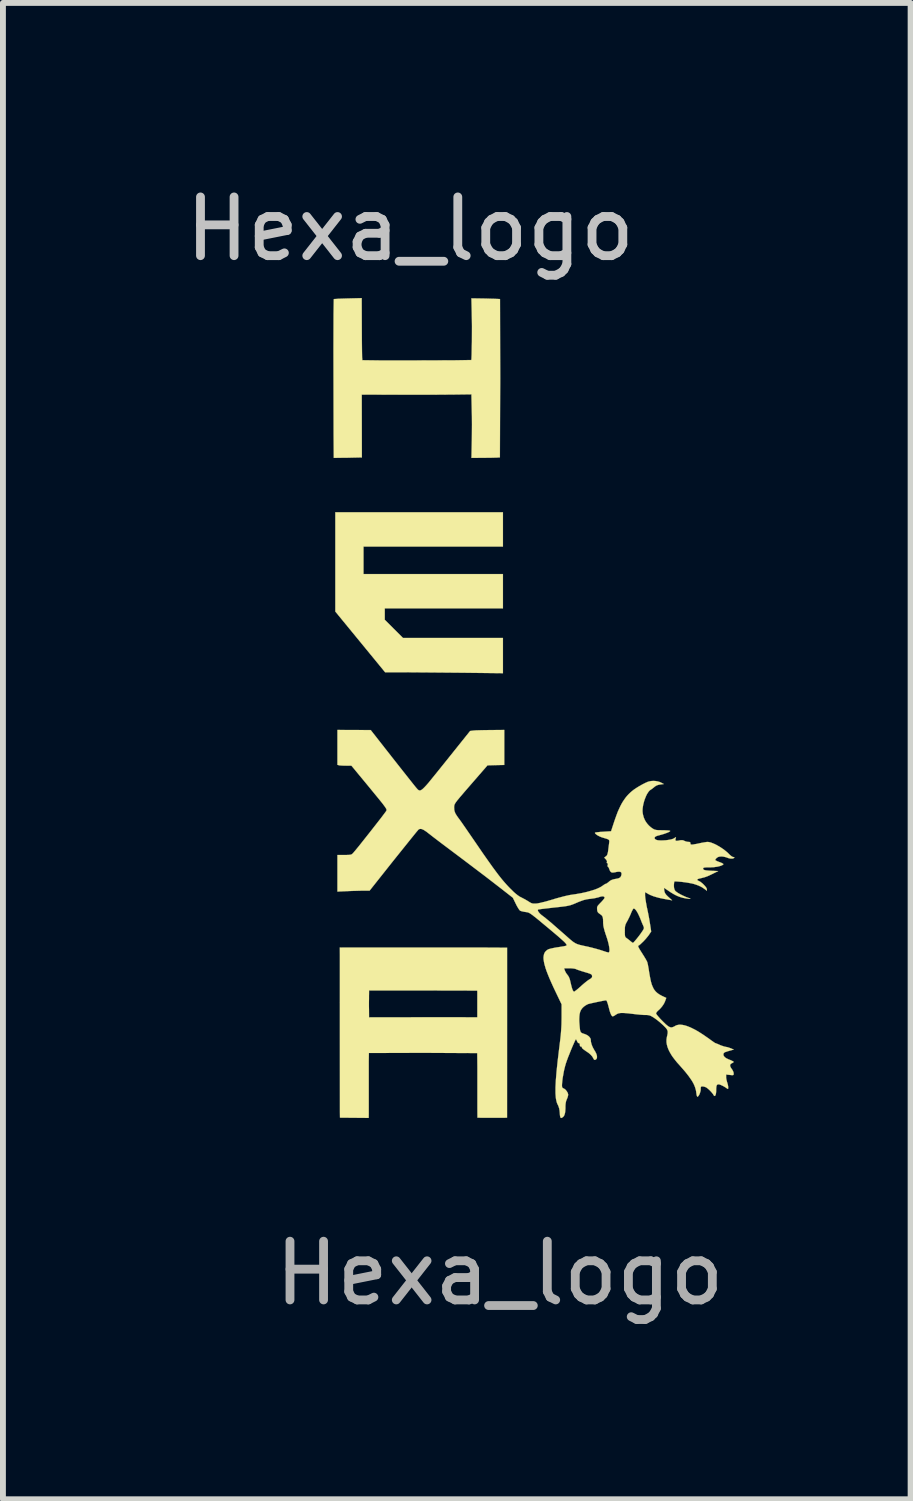
<source format=kicad_pcb>
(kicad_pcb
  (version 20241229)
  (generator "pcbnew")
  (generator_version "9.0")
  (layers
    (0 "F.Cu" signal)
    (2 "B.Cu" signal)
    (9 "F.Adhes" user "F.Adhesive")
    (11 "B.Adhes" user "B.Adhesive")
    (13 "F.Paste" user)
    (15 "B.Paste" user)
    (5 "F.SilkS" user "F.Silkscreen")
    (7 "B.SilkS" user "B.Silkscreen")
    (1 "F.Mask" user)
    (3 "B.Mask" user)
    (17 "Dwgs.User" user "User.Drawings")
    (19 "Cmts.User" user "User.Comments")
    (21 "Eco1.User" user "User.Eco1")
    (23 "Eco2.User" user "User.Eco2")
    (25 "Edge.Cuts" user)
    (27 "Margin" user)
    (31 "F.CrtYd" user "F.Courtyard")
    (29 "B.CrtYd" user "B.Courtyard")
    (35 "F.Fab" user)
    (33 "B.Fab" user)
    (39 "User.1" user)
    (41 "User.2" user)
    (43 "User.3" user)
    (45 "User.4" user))
  (footprint "Hexa_logo"
    (layer "F.Cu")
    (at 5.459 9.103)
    (property "Reference" "Hexa_logo" (at -1.524 -8.255 0) (unlocked yes) (layer "Dwgs.User") (effects (font (size 1 1) (thickness 0.15))))
    (fp_poly (pts (xy -2.8 -1.741) (xy -1.952 -0.707) (xy -1.635 -0.707) (xy -1.21 -0.704) (xy -0.632 -0.699) (xy 0.054 -0.691) (xy 0.054 -0.991) (xy 0.054 -1.291) (xy -1.647 -1.291) (xy -1.803 -1.446) (xy -1.958 -1.601) (xy -1.958 -1.794) (xy 0.054 -1.794) (xy 0.054 -2.379) (xy -2.32 -2.379) (xy -2.32 -2.847) (xy 0.054 -2.847) (xy 0.054 -3.431) (xy -2.8 -3.431)) (stroke (width 0.004) (type solid)) (fill yes) (layer "F.SilkS"))
    (fp_poly (pts (xy -2.724 4.105) (xy -2.724 5.465) (xy -2.723 6.788) (xy -2.721 6.877) (xy -2.595 6.878) (xy -2.35 6.88) (xy -2.35 6.88) (xy -2.35 6.88) (xy -2.35 6.88) (xy -2.35 6.88) (xy -2.35 6.88) (xy -2.35 6.88) (xy -2.35 6.88) (xy -2.231 6.881) (xy -2.23 6.812) (xy -2.23 6.622) (xy -2.23 6.261) (xy -2.23 5.919) (xy -2.228 5.776) (xy -1.306 5.773) (xy -0.385 5.778) (xy -0.384 5.787) (xy -0.384 5.811) (xy -0.383 5.896) (xy -0.382 6.021) (xy -0.382 6.173) (xy -0.382 6.721) (xy -0.381 6.878) (xy -0.13 6.879) (xy 0.049 6.879) (xy 0.104 6.878) (xy 0.125 6.877) (xy 0.126 4.941) (xy -0.383 4.941) (xy -0.383 5.167) (xy -0.789 5.166) (xy -2.189 5.167) (xy -2.225 5.168) (xy -2.226 5.035) (xy -2.226 5.035) (xy -2.227 4.976) (xy -2.227 4.913) (xy -2.226 4.854) (xy -2.226 4.807) (xy -2.224 4.711) (xy -2.196 4.712) (xy -1.277 4.712) (xy -0.384 4.714) (xy -0.384 4.719) (xy -0.383 4.733) (xy -0.383 4.782) (xy -0.383 4.854) (xy -0.383 4.941) (xy 0.126 4.941) (xy 0.126 3.981) (xy -0.232 3.979) (xy -1.09 3.979) (xy -2.516 3.979) (xy -2.725 3.978)) (stroke (width 0.002) (type solid)) (fill yes) (layer "F.SilkS"))
    (fp_poly (pts (xy -2.584 -7.071) (xy -2.676 -7.068) (xy -2.751 -7.065) (xy -2.804 -7.062) (xy -2.819 -7.061) (xy -2.825 -7.059) (xy -2.829 -6.808) (xy -2.831 -6.201) (xy -2.828 -4.75) (xy -2.825 -4.357) (xy -2.716 -4.359) (xy -2.6 -4.36) (xy -2.477 -4.363) (xy -2.477 -4.363) (xy -2.477 -4.363) (xy -2.477 -4.363) (xy -2.477 -4.363) (xy -2.477 -4.363) (xy -2.477 -4.363) (xy -2.477 -4.363) (xy -2.348 -4.366) (xy -2.349 -4.901) (xy -2.35 -5.435) (xy -1.724 -5.433) (xy -1.191 -5.433) (xy -0.789 -5.436) (xy -0.482 -5.44) (xy -0.476 -5.187) (xy -0.474 -5.066) (xy -0.473 -4.924) (xy -0.474 -4.778) (xy -0.475 -4.646) (xy -0.481 -4.357) (xy -0.242 -4.359) (xy -0.149 -4.36) (xy -0.072 -4.362) (xy -0.042 -4.363) (xy -0.019 -4.365) (xy -0.004 -4.366) (xy 0.001 -4.367) (xy 0.002 -4.368) (xy 0.007 -5.712) (xy 0.004 -7.06) (xy 0.002 -7.06) (xy -0.001 -7.061) (xy -0.016 -7.062) (xy -0.039 -7.063) (xy -0.068 -7.064) (xy -0.146 -7.066) (xy -0.24 -7.069) (xy -0.482 -7.073) (xy -0.476 -6.838) (xy -0.473 -6.601) (xy -0.474 -6.335) (xy -0.478 -6.117) (xy -0.481 -6.05) (xy -0.484 -6.023) (xy -0.777 -6.018) (xy -1.413 -6.016) (xy -2.049 -6.016) (xy -2.341 -6.02) (xy -2.342 -6.024) (xy -2.342 -6.032) (xy -2.344 -6.064) (xy -2.346 -6.179) (xy -2.348 -6.348) (xy -2.349 -6.552) (xy -2.351 -7.077)) (stroke (width 0.005) (type solid)) (fill yes) (layer "F.SilkS"))
    (fp_poly (pts (xy -0.154 0.277) (xy -0.248 0.278) (xy -0.335 0.28) (xy -0.404 0.282) (xy -0.428 0.284) (xy -0.445 0.285) (xy -0.505 0.293) (xy -0.91 0.799) (xy -1.061 0.987) (xy -1.173 1.125) (xy -1.216 1.178) (xy -1.253 1.22) (xy -1.284 1.253) (xy -1.309 1.277) (xy -1.33 1.294) (xy -1.348 1.303) (xy -1.355 1.305) (xy -1.363 1.306) (xy -1.369 1.305) (xy -1.376 1.303) (xy -1.388 1.296) (xy -1.4 1.285) (xy -1.428 1.253) (xy -1.474 1.196) (xy -1.566 1.08) (xy -1.691 0.922) (xy -1.835 0.739) (xy -2.197 0.277) (xy -2.481 0.276) (xy -2.764 0.275) (xy -2.764 0.869) (xy -2.738 0.876) (xy -2.735 0.877) (xy -2.731 0.878) (xy -2.721 0.879) (xy -2.707 0.88) (xy -2.692 0.881) (xy -2.675 0.882) (xy -2.657 0.883) (xy -2.638 0.883) (xy -2.618 0.883) (xy -2.525 0.884) (xy -2.244 1.224) (xy -2.053 1.457) (xy -1.995 1.529) (xy -1.958 1.579) (xy -1.946 1.597) (xy -1.937 1.611) (xy -1.931 1.622) (xy -1.929 1.631) (xy -1.928 1.639) (xy -1.929 1.645) (xy -1.935 1.658) (xy -1.963 1.696) (xy -2.024 1.777) (xy -2.206 2.01) (xy -2.393 2.246) (xy -2.461 2.329) (xy -2.497 2.371) (xy -2.503 2.377) (xy -2.508 2.382) (xy -2.51 2.384) (xy -2.513 2.386) (xy -2.515 2.388) (xy -2.517 2.39) (xy -2.52 2.391) (xy -2.522 2.393) (xy -2.525 2.394) (xy -2.528 2.395) (xy -2.531 2.396) (xy -2.534 2.397) (xy -2.537 2.398) (xy -2.541 2.399) (xy -2.545 2.4) (xy -2.549 2.401) (xy -2.553 2.401) (xy -2.558 2.402) (xy -2.563 2.402) (xy -2.568 2.402) (xy -2.574 2.403) (xy -2.58 2.403) (xy -2.593 2.403) (xy -2.609 2.404) (xy -2.627 2.404) (xy -2.647 2.404) (xy -2.764 2.404) (xy -2.764 3.027) (xy -2.587 3.019) (xy -2.511 3.016) (xy -2.434 3.014) (xy -2.365 3.012) (xy -2.314 3.012) (xy -2.217 3.012) (xy -1.811 2.5) (xy -1.518 2.135) (xy -1.425 2.02) (xy -1.386 1.974) (xy -1.383 1.971) (xy -1.379 1.969) (xy -1.376 1.967) (xy -1.372 1.965) (xy -1.369 1.963) (xy -1.365 1.962) (xy -1.361 1.961) (xy -1.357 1.96) (xy -1.353 1.96) (xy -1.349 1.96) (xy -1.345 1.96) (xy -1.34 1.96) (xy -1.336 1.961) (xy -1.331 1.962) (xy -1.326 1.964) (xy -1.321 1.965) (xy -1.316 1.968) (xy -1.31 1.97) (xy -1.304 1.973) (xy -1.298 1.976) (xy -1.292 1.979) (xy -1.286 1.983) (xy -1.279 1.988) (xy -1.272 1.992) (xy -1.257 2.002) (xy -1.24 2.014) (xy -1.223 2.028) (xy -1.203 2.043) (xy -1.126 2.103) (xy -0.992 2.205) (xy -0.63 2.477) (xy -0.243 2.77) (xy 0.03 2.981) (xy 0.223 3.132) (xy 0.273 3.235) (xy 0.284 3.257) (xy 0.295 3.278) (xy 0.306 3.296) (xy 0.316 3.313) (xy 0.326 3.328) (xy 0.33 3.334) (xy 0.335 3.339) (xy 0.339 3.344) (xy 0.342 3.348) (xy 0.346 3.351) (xy 0.349 3.353) (xy 0.352 3.354) (xy 0.356 3.356) (xy 0.36 3.357) (xy 0.364 3.359) (xy 0.369 3.36) (xy 0.375 3.362) (xy 0.387 3.365) (xy 0.4 3.368) (xy 0.414 3.371) (xy 0.428 3.373) (xy 0.442 3.375) (xy 0.454 3.377) (xy 0.465 3.378) (xy 0.47 3.379) (xy 0.475 3.381) (xy 0.48 3.382) (xy 0.485 3.384) (xy 0.491 3.386) (xy 0.497 3.389) (xy 0.503 3.392) (xy 0.509 3.395) (xy 0.516 3.399) (xy 0.523 3.404) (xy 0.531 3.409) (xy 0.539 3.415) (xy 0.548 3.421) (xy 0.558 3.428) (xy 0.58 3.446) (xy 0.607 3.466) (xy 0.637 3.491) (xy 0.673 3.52) (xy 0.713 3.554) (xy 0.813 3.637) (xy 0.912 3.72) (xy 0.99 3.786) (xy 1.049 3.838) (xy 1.092 3.877) (xy 1.107 3.892) (xy 1.119 3.905) (xy 1.128 3.916) (xy 1.134 3.925) (xy 1.137 3.932) (xy 1.138 3.938) (xy 1.136 3.943) (xy 1.133 3.947) (xy 1.132 3.948) (xy 1.129 3.949) (xy 1.125 3.95) (xy 1.119 3.952) (xy 1.105 3.955) (xy 1.088 3.959) (xy 1.067 3.962) (xy 1.044 3.966) (xy 1.019 3.97) (xy 0.993 3.974) (xy 0.965 3.978) (xy 0.939 3.983) (xy 0.913 3.988) (xy 0.889 3.993) (xy 0.868 3.998) (xy 0.85 4.003) (xy 0.835 4.007) (xy 0.83 4.009) (xy 0.825 4.011) (xy 0.813 4.018) (xy 0.802 4.026) (xy 0.792 4.034) (xy 0.783 4.043) (xy 0.774 4.053) (xy 0.767 4.063) (xy 0.761 4.074) (xy 0.756 4.087) (xy 0.752 4.1) (xy 0.749 4.114) (xy 0.747 4.129) (xy 0.745 4.145) (xy 0.745 4.162) (xy 0.746 4.18) (xy 0.749 4.2) (xy 0.752 4.22) (xy 0.756 4.242) (xy 0.761 4.265) (xy 0.768 4.289) (xy 0.775 4.314) (xy 0.784 4.341) (xy 0.793 4.37) (xy 0.804 4.399) (xy 0.816 4.43) (xy 0.843 4.497) (xy 0.875 4.57) (xy 0.911 4.65) (xy 0.952 4.736) (xy 1.053 4.947) (xy 1.053 5.163) (xy 1.052 5.227) (xy 1.051 5.286) (xy 1.048 5.344) (xy 1.044 5.403) (xy 1.039 5.467) (xy 1.031 5.539) (xy 1.021 5.622) (xy 1.009 5.719) (xy 0.985 5.919) (xy 0.967 6.091) (xy 0.955 6.238) (xy 0.949 6.36) (xy 0.949 6.461) (xy 0.952 6.504) (xy 0.955 6.542) (xy 0.961 6.576) (xy 0.968 6.606) (xy 0.976 6.631) (xy 0.986 6.653) (xy 0.99 6.661) (xy 0.994 6.669) (xy 0.997 6.677) (xy 1 6.684) (xy 1.003 6.692) (xy 1.006 6.701) (xy 1.008 6.709) (xy 1.011 6.717) (xy 1.013 6.726) (xy 1.014 6.735) (xy 1.016 6.744) (xy 1.018 6.754) (xy 1.019 6.764) (xy 1.02 6.774) (xy 1.021 6.785) (xy 1.022 6.797) (xy 1.023 6.812) (xy 1.024 6.826) (xy 1.025 6.838) (xy 1.027 6.849) (xy 1.029 6.858) (xy 1.031 6.865) (xy 1.032 6.868) (xy 1.033 6.871) (xy 1.034 6.874) (xy 1.036 6.876) (xy 1.037 6.877) (xy 1.039 6.879) (xy 1.04 6.88) (xy 1.042 6.881) (xy 1.044 6.881) (xy 1.046 6.881) (xy 1.048 6.881) (xy 1.051 6.881) (xy 1.053 6.88) (xy 1.056 6.879) (xy 1.061 6.876) (xy 1.067 6.872) (xy 1.074 6.867) (xy 1.074 6.867) (xy 1.077 6.865) (xy 1.079 6.863) (xy 1.082 6.86) (xy 1.085 6.857) (xy 1.087 6.855) (xy 1.089 6.851) (xy 1.092 6.848) (xy 1.094 6.845) (xy 1.096 6.841) (xy 1.098 6.837) (xy 1.099 6.833) (xy 1.101 6.829) (xy 1.103 6.825) (xy 1.104 6.82) (xy 1.107 6.81) (xy 1.11 6.8) (xy 1.112 6.788) (xy 1.114 6.776) (xy 1.115 6.763) (xy 1.116 6.749) (xy 1.117 6.734) (xy 1.118 6.718) (xy 1.118 6.701) (xy 1.118 6.68) (xy 1.119 6.66) (xy 1.12 6.65) (xy 1.121 6.641) (xy 1.122 6.632) (xy 1.123 6.624) (xy 1.125 6.616) (xy 1.126 6.608) (xy 1.128 6.6) (xy 1.13 6.593) (xy 1.133 6.585) (xy 1.135 6.578) (xy 1.138 6.571) (xy 1.141 6.565) (xy 1.145 6.554) (xy 1.15 6.543) (xy 1.154 6.532) (xy 1.157 6.521) (xy 1.16 6.51) (xy 1.162 6.501) (xy 1.163 6.497) (xy 1.164 6.493) (xy 1.164 6.489) (xy 1.164 6.486) (xy 1.164 6.483) (xy 1.164 6.479) (xy 1.163 6.476) (xy 1.162 6.472) (xy 1.16 6.464) (xy 1.157 6.456) (xy 1.154 6.448) (xy 1.149 6.44) (xy 1.144 6.432) (xy 1.139 6.424) (xy 1.133 6.417) (xy 1.127 6.409) (xy 1.121 6.402) (xy 1.114 6.396) (xy 1.107 6.391) (xy 1.101 6.386) (xy 1.097 6.384) (xy 1.094 6.382) (xy 1.09 6.38) (xy 1.087 6.379) (xy 1.083 6.377) (xy 1.081 6.376) (xy 1.079 6.375) (xy 1.078 6.374) (xy 1.076 6.374) (xy 1.075 6.373) (xy 1.073 6.372) (xy 1.072 6.371) (xy 1.071 6.369) (xy 1.069 6.368) (xy 1.068 6.367) (xy 1.067 6.366) (xy 1.066 6.364) (xy 1.065 6.363) (xy 1.065 6.362) (xy 1.064 6.36) (xy 1.063 6.358) (xy 1.063 6.357) (xy 1.062 6.355) (xy 1.062 6.353) (xy 1.061 6.351) (xy 1.061 6.349) (xy 1.06 6.346) (xy 1.06 6.344) (xy 1.06 6.342) (xy 1.06 6.336) (xy 1.059 6.33) (xy 1.059 6.324) (xy 1.06 6.308) (xy 1.061 6.29) (xy 1.065 6.248) (xy 1.071 6.2) (xy 1.08 6.15) (xy 1.089 6.098) (xy 1.1 6.047) (xy 1.112 6) (xy 1.124 5.958) (xy 1.139 5.914) (xy 1.16 5.856) (xy 1.186 5.791) (xy 1.213 5.723) (xy 1.24 5.659) (xy 1.264 5.605) (xy 1.282 5.565) (xy 1.289 5.552) (xy 1.293 5.545) (xy 1.294 5.545) (xy 1.294 5.544) (xy 1.295 5.544) (xy 1.295 5.544) (xy 1.296 5.544) (xy 1.296 5.544) (xy 1.297 5.544) (xy 1.298 5.544) (xy 1.298 5.545) (xy 1.299 5.545) (xy 1.3 5.545) (xy 1.3 5.546) (xy 1.301 5.547) (xy 1.302 5.547) (xy 1.302 5.548) (xy 1.303 5.549) (xy 1.304 5.55) (xy 1.304 5.551) (xy 1.305 5.552) (xy 1.306 5.553) (xy 1.307 5.554) (xy 1.307 5.556) (xy 1.308 5.557) (xy 1.309 5.558) (xy 1.31 5.56) (xy 1.31 5.561) (xy 1.311 5.563) (xy 1.312 5.565) (xy 1.312 5.566) (xy 1.313 5.568) (xy 1.314 5.57) (xy 1.314 5.572) (xy 1.316 5.575) (xy 1.317 5.579) (xy 1.319 5.582) (xy 1.321 5.585) (xy 1.323 5.589) (xy 1.324 5.592) (xy 1.327 5.594) (xy 1.329 5.597) (xy 1.331 5.599) (xy 1.333 5.601) (xy 1.335 5.603) (xy 1.337 5.605) (xy 1.339 5.606) (xy 1.341 5.607) (xy 1.342 5.607) (xy 1.343 5.607) (xy 1.344 5.607) (xy 1.345 5.607) (xy 1.346 5.608) (xy 1.347 5.608) (xy 1.348 5.608) (xy 1.349 5.608) (xy 1.35 5.608) (xy 1.351 5.609) (xy 1.352 5.609) (xy 1.353 5.609) (xy 1.354 5.61) (xy 1.354 5.611) (xy 1.355 5.611) (xy 1.356 5.612) (xy 1.357 5.613) (xy 1.357 5.613) (xy 1.358 5.614) (xy 1.358 5.615) (xy 1.359 5.616) (xy 1.36 5.617) (xy 1.36 5.618) (xy 1.361 5.619) (xy 1.361 5.62) (xy 1.361 5.622) (xy 1.362 5.623) (xy 1.362 5.624) (xy 1.362 5.626) (xy 1.363 5.627) (xy 1.363 5.629) (xy 1.363 5.63) (xy 1.363 5.632) (xy 1.363 5.633) (xy 1.363 5.635) (xy 1.363 5.637) (xy 1.363 5.64) (xy 1.364 5.643) (xy 1.364 5.646) (xy 1.364 5.649) (xy 1.365 5.652) (xy 1.366 5.654) (xy 1.367 5.656) (xy 1.368 5.658) (xy 1.369 5.66) (xy 1.37 5.661) (xy 1.37 5.662) (xy 1.371 5.662) (xy 1.372 5.663) (xy 1.373 5.663) (xy 1.373 5.664) (xy 1.374 5.664) (xy 1.375 5.665) (xy 1.376 5.665) (xy 1.377 5.665) (xy 1.378 5.666) (xy 1.379 5.666) (xy 1.38 5.666) (xy 1.381 5.666) (xy 1.383 5.666) (xy 1.384 5.666) (xy 1.386 5.667) (xy 1.388 5.667) (xy 1.389 5.668) (xy 1.391 5.668) (xy 1.392 5.669) (xy 1.393 5.67) (xy 1.394 5.671) (xy 1.395 5.671) (xy 1.395 5.672) (xy 1.396 5.672) (xy 1.396 5.673) (xy 1.397 5.674) (xy 1.397 5.674) (xy 1.397 5.675) (xy 1.398 5.675) (xy 1.398 5.676) (xy 1.398 5.677) (xy 1.398 5.677) (xy 1.398 5.678) (xy 1.398 5.679) (xy 1.398 5.679) (xy 1.398 5.681) (xy 1.398 5.682) (xy 1.399 5.683) (xy 1.399 5.685) (xy 1.4 5.686) (xy 1.4 5.688) (xy 1.401 5.689) (xy 1.402 5.691) (xy 1.403 5.692) (xy 1.404 5.694) (xy 1.406 5.696) (xy 1.407 5.698) (xy 1.409 5.699) (xy 1.411 5.701) (xy 1.414 5.704) (xy 1.416 5.706) (xy 1.419 5.708) (xy 1.422 5.711) (xy 1.429 5.716) (xy 1.438 5.722) (xy 1.447 5.729) (xy 1.458 5.737) (xy 1.471 5.746) (xy 1.485 5.755) (xy 1.501 5.766) (xy 1.508 5.771) (xy 1.515 5.776) (xy 1.521 5.781) (xy 1.528 5.787) (xy 1.534 5.792) (xy 1.54 5.798) (xy 1.546 5.803) (xy 1.552 5.809) (xy 1.557 5.815) (xy 1.562 5.82) (xy 1.567 5.826) (xy 1.572 5.832) (xy 1.576 5.838) (xy 1.58 5.843) (xy 1.583 5.849) (xy 1.586 5.854) (xy 1.59 5.861) (xy 1.593 5.867) (xy 1.596 5.873) (xy 1.599 5.878) (xy 1.602 5.882) (xy 1.604 5.885) (xy 1.606 5.887) (xy 1.607 5.888) (xy 1.608 5.889) (xy 1.609 5.89) (xy 1.611 5.891) (xy 1.612 5.892) (xy 1.613 5.892) (xy 1.614 5.893) (xy 1.616 5.893) (xy 1.617 5.893) (xy 1.618 5.893) (xy 1.62 5.893) (xy 1.621 5.893) (xy 1.623 5.892) (xy 1.626 5.891) (xy 1.629 5.89) (xy 1.633 5.888) (xy 1.636 5.886) (xy 1.639 5.884) (xy 1.641 5.882) (xy 1.644 5.879) (xy 1.646 5.876) (xy 1.648 5.873) (xy 1.65 5.87) (xy 1.651 5.867) (xy 1.653 5.863) (xy 1.654 5.859) (xy 1.654 5.855) (xy 1.655 5.851) (xy 1.655 5.847) (xy 1.655 5.843) (xy 1.655 5.838) (xy 1.655 5.833) (xy 1.654 5.828) (xy 1.654 5.823) (xy 1.653 5.818) (xy 1.651 5.813) (xy 1.65 5.807) (xy 1.648 5.802) (xy 1.646 5.796) (xy 1.644 5.79) (xy 1.642 5.785) (xy 1.639 5.779) (xy 1.636 5.773) (xy 1.633 5.767) (xy 1.63 5.76) (xy 1.627 5.754) (xy 1.623 5.748) (xy 1.619 5.741) (xy 1.611 5.729) (xy 1.604 5.716) (xy 1.597 5.703) (xy 1.59 5.691) (xy 1.584 5.679) (xy 1.578 5.666) (xy 1.573 5.654) (xy 1.568 5.642) (xy 1.564 5.631) (xy 1.561 5.62) (xy 1.558 5.609) (xy 1.555 5.598) (xy 1.553 5.588) (xy 1.551 5.578) (xy 1.551 5.569) (xy 1.55 5.56) (xy 1.55 5.556) (xy 1.55 5.551) (xy 1.549 5.547) (xy 1.548 5.543) (xy 1.547 5.539) (xy 1.546 5.535) (xy 1.544 5.53) (xy 1.543 5.526) (xy 1.541 5.522) (xy 1.538 5.519) (xy 1.536 5.515) (xy 1.533 5.511) (xy 1.53 5.507) (xy 1.527 5.503) (xy 1.524 5.5) (xy 1.52 5.496) (xy 1.517 5.493) (xy 1.513 5.489) (xy 1.509 5.486) (xy 1.504 5.483) (xy 1.5 5.479) (xy 1.495 5.476) (xy 1.485 5.47) (xy 1.474 5.465) (xy 1.463 5.459) (xy 1.45 5.455) (xy 1.438 5.45) (xy 1.425 5.446) (xy 1.414 5.442) (xy 1.41 5.441) (xy 1.405 5.439) (xy 1.401 5.437) (xy 1.397 5.435) (xy 1.393 5.432) (xy 1.39 5.43) (xy 1.387 5.428) (xy 1.384 5.425) (xy 1.381 5.422) (xy 1.379 5.418) (xy 1.377 5.415) (xy 1.375 5.411) (xy 1.373 5.406) (xy 1.371 5.402) (xy 1.37 5.396) (xy 1.368 5.391) (xy 1.367 5.385) (xy 1.366 5.378) (xy 1.365 5.371) (xy 1.364 5.363) (xy 1.362 5.345) (xy 1.36 5.324) (xy 1.356 5.274) (xy 1.354 5.247) (xy 1.353 5.221) (xy 1.353 5.197) (xy 1.354 5.175) (xy 1.355 5.154) (xy 1.357 5.134) (xy 1.359 5.116) (xy 1.363 5.098) (xy 1.367 5.082) (xy 1.372 5.067) (xy 1.378 5.053) (xy 1.385 5.04) (xy 1.393 5.028) (xy 1.401 5.017) (xy 1.411 5.006) (xy 1.421 4.996) (xy 1.426 4.992) (xy 1.431 4.987) (xy 1.436 4.983) (xy 1.441 4.979) (xy 1.447 4.975) (xy 1.453 4.971) (xy 1.458 4.967) (xy 1.464 4.963) (xy 1.47 4.96) (xy 1.475 4.957) (xy 1.481 4.953) (xy 1.486 4.951) (xy 1.491 4.948) (xy 1.496 4.946) (xy 1.501 4.944) (xy 1.505 4.942) (xy 1.527 4.936) (xy 1.561 4.928) (xy 1.653 4.908) (xy 1.746 4.889) (xy 1.783 4.882) (xy 1.807 4.879) (xy 1.809 4.879) (xy 1.81 4.879) (xy 1.811 4.879) (xy 1.812 4.88) (xy 1.813 4.881) (xy 1.815 4.881) (xy 1.816 4.883) (xy 1.817 4.884) (xy 1.818 4.886) (xy 1.82 4.888) (xy 1.821 4.89) (xy 1.822 4.892) (xy 1.823 4.895) (xy 1.825 4.897) (xy 1.826 4.901) (xy 1.828 4.904) (xy 1.829 4.908) (xy 1.83 4.911) (xy 1.833 4.92) (xy 1.837 4.93) (xy 1.84 4.94) (xy 1.843 4.952) (xy 1.847 4.965) (xy 1.851 4.98) (xy 1.855 4.995) (xy 1.865 5.034) (xy 1.874 5.067) (xy 1.879 5.081) (xy 1.883 5.094) (xy 1.888 5.105) (xy 1.892 5.115) (xy 1.896 5.124) (xy 1.901 5.132) (xy 1.905 5.138) (xy 1.909 5.143) (xy 1.913 5.147) (xy 1.917 5.149) (xy 1.921 5.151) (xy 1.925 5.151) (xy 1.926 5.151) (xy 1.927 5.151) (xy 1.928 5.151) (xy 1.93 5.15) (xy 1.933 5.149) (xy 1.935 5.148) (xy 1.938 5.146) (xy 1.941 5.145) (xy 1.945 5.143) (xy 1.953 5.139) (xy 1.961 5.134) (xy 1.969 5.128) (xy 1.978 5.122) (xy 1.988 5.116) (xy 1.997 5.111) (xy 2.002 5.108) (xy 2.007 5.106) (xy 2.012 5.104) (xy 2.018 5.102) (xy 2.023 5.1) (xy 2.029 5.099) (xy 2.034 5.098) (xy 2.041 5.097) (xy 2.047 5.096) (xy 2.054 5.095) (xy 2.061 5.094) (xy 2.069 5.094) (xy 2.085 5.094) (xy 2.104 5.094) (xy 2.124 5.095) (xy 2.148 5.097) (xy 2.173 5.099) (xy 2.202 5.102) (xy 2.234 5.106) (xy 2.27 5.11) (xy 2.33 5.117) (xy 2.39 5.123) (xy 2.442 5.127) (xy 2.464 5.128) (xy 2.481 5.128) (xy 2.492 5.128) (xy 2.503 5.128) (xy 2.512 5.129) (xy 2.521 5.13) (xy 2.53 5.131) (xy 2.538 5.132) (xy 2.545 5.134) (xy 2.553 5.136) (xy 2.56 5.139) (xy 2.568 5.142) (xy 2.576 5.146) (xy 2.585 5.151) (xy 2.594 5.156) (xy 2.604 5.162) (xy 2.627 5.176) (xy 2.643 5.188) (xy 2.662 5.201) (xy 2.682 5.216) (xy 2.703 5.233) (xy 2.724 5.25) (xy 2.744 5.268) (xy 2.763 5.285) (xy 2.781 5.301) (xy 2.796 5.316) (xy 2.809 5.329) (xy 2.821 5.341) (xy 2.831 5.353) (xy 2.835 5.358) (xy 2.839 5.363) (xy 2.843 5.368) (xy 2.846 5.373) (xy 2.849 5.378) (xy 2.851 5.383) (xy 2.853 5.388) (xy 2.855 5.393) (xy 2.857 5.398) (xy 2.858 5.403) (xy 2.859 5.408) (xy 2.859 5.413) (xy 2.859 5.419) (xy 2.859 5.424) (xy 2.859 5.43) (xy 2.859 5.437) (xy 2.857 5.45) (xy 2.854 5.465) (xy 2.851 5.482) (xy 2.846 5.5) (xy 2.842 5.526) (xy 2.84 5.539) (xy 2.839 5.552) (xy 2.839 5.565) (xy 2.839 5.578) (xy 2.839 5.591) (xy 2.841 5.605) (xy 2.845 5.631) (xy 2.852 5.659) (xy 2.861 5.687) (xy 2.872 5.715) (xy 2.886 5.745) (xy 2.902 5.774) (xy 2.92 5.805) (xy 2.941 5.837) (xy 2.965 5.869) (xy 2.991 5.902) (xy 3.019 5.937) (xy 3.051 5.972) (xy 3.123 6.054) (xy 3.155 6.091) (xy 3.183 6.126) (xy 3.209 6.159) (xy 3.232 6.191) (xy 3.253 6.221) (xy 3.272 6.249) (xy 3.288 6.277) (xy 3.302 6.303) (xy 3.313 6.328) (xy 3.323 6.353) (xy 3.331 6.378) (xy 3.338 6.403) (xy 3.343 6.427) (xy 3.346 6.452) (xy 3.348 6.465) (xy 3.35 6.478) (xy 3.352 6.49) (xy 3.355 6.5) (xy 3.356 6.504) (xy 3.357 6.508) (xy 3.359 6.511) (xy 3.36 6.514) (xy 3.361 6.516) (xy 3.362 6.518) (xy 3.363 6.519) (xy 3.364 6.519) (xy 3.364 6.52) (xy 3.366 6.519) (xy 3.369 6.519) (xy 3.371 6.518) (xy 3.373 6.516) (xy 3.375 6.514) (xy 3.378 6.512) (xy 3.38 6.51) (xy 3.382 6.507) (xy 3.385 6.504) (xy 3.387 6.5) (xy 3.392 6.493) (xy 3.397 6.484) (xy 3.401 6.475) (xy 3.405 6.465) (xy 3.409 6.455) (xy 3.412 6.444) (xy 3.415 6.434) (xy 3.418 6.423) (xy 3.42 6.413) (xy 3.42 6.408) (xy 3.421 6.403) (xy 3.421 6.398) (xy 3.421 6.394) (xy 3.421 6.386) (xy 3.421 6.379) (xy 3.422 6.372) (xy 3.422 6.367) (xy 3.423 6.362) (xy 3.423 6.358) (xy 3.424 6.356) (xy 3.424 6.355) (xy 3.425 6.353) (xy 3.426 6.352) (xy 3.427 6.351) (xy 3.428 6.35) (xy 3.429 6.349) (xy 3.43 6.348) (xy 3.431 6.347) (xy 3.432 6.347) (xy 3.433 6.346) (xy 3.435 6.346) (xy 3.438 6.345) (xy 3.442 6.344) (xy 3.446 6.344) (xy 3.451 6.344) (xy 3.454 6.344) (xy 3.458 6.345) (xy 3.461 6.345) (xy 3.465 6.345) (xy 3.469 6.346) (xy 3.473 6.347) (xy 3.477 6.348) (xy 3.482 6.349) (xy 3.486 6.35) (xy 3.49 6.352) (xy 3.494 6.353) (xy 3.498 6.354) (xy 3.502 6.356) (xy 3.506 6.358) (xy 3.51 6.359) (xy 3.513 6.361) (xy 3.52 6.365) (xy 3.527 6.37) (xy 3.535 6.376) (xy 3.544 6.383) (xy 3.553 6.391) (xy 3.562 6.399) (xy 3.572 6.408) (xy 3.581 6.418) (xy 3.591 6.428) (xy 3.6 6.437) (xy 3.608 6.447) (xy 3.616 6.457) (xy 3.624 6.466) (xy 3.631 6.475) (xy 3.636 6.484) (xy 3.641 6.492) (xy 3.643 6.495) (xy 3.645 6.498) (xy 3.647 6.501) (xy 3.649 6.503) (xy 3.651 6.504) (xy 3.653 6.506) (xy 3.654 6.506) (xy 3.655 6.506) (xy 3.656 6.507) (xy 3.657 6.507) (xy 3.658 6.507) (xy 3.659 6.507) (xy 3.66 6.507) (xy 3.661 6.507) (xy 3.662 6.506) (xy 3.663 6.506) (xy 3.665 6.505) (xy 3.666 6.503) (xy 3.668 6.501) (xy 3.669 6.499) (xy 3.671 6.496) (xy 3.672 6.493) (xy 3.674 6.49) (xy 3.675 6.486) (xy 3.677 6.482) (xy 3.678 6.478) (xy 3.679 6.473) (xy 3.68 6.468) (xy 3.681 6.463) (xy 3.682 6.457) (xy 3.682 6.452) (xy 3.683 6.446) (xy 3.684 6.439) (xy 3.684 6.432) (xy 3.684 6.425) (xy 3.684 6.418) (xy 3.685 6.411) (xy 3.685 6.396) (xy 3.685 6.383) (xy 3.686 6.371) (xy 3.687 6.36) (xy 3.688 6.351) (xy 3.689 6.343) (xy 3.691 6.335) (xy 3.693 6.329) (xy 3.696 6.324) (xy 3.697 6.322) (xy 3.699 6.32) (xy 3.7 6.318) (xy 3.702 6.316) (xy 3.704 6.315) (xy 3.706 6.313) (xy 3.708 6.312) (xy 3.71 6.311) (xy 3.715 6.31) (xy 3.72 6.309) (xy 3.726 6.309) (xy 3.731 6.309) (xy 3.737 6.31) (xy 3.744 6.312) (xy 3.751 6.315) (xy 3.759 6.317) (xy 3.767 6.321) (xy 3.776 6.325) (xy 3.785 6.329) (xy 3.795 6.334) (xy 3.805 6.339) (xy 3.815 6.344) (xy 3.824 6.35) (xy 3.834 6.356) (xy 3.844 6.362) (xy 3.853 6.368) (xy 3.863 6.375) (xy 3.867 6.378) (xy 3.871 6.381) (xy 3.875 6.383) (xy 3.878 6.385) (xy 3.879 6.386) (xy 3.88 6.386) (xy 3.881 6.387) (xy 3.882 6.387) (xy 3.883 6.387) (xy 3.884 6.387) (xy 3.885 6.387) (xy 3.885 6.387) (xy 3.886 6.386) (xy 3.886 6.385) (xy 3.887 6.385) (xy 3.887 6.384) (xy 3.888 6.383) (xy 3.888 6.381) (xy 3.888 6.38) (xy 3.888 6.378) (xy 3.889 6.374) (xy 3.889 6.37) (xy 3.889 6.365) (xy 3.889 6.359) (xy 3.889 6.355) (xy 3.889 6.351) (xy 3.888 6.346) (xy 3.888 6.341) (xy 3.886 6.331) (xy 3.884 6.319) (xy 3.881 6.308) (xy 3.878 6.296) (xy 3.875 6.285) (xy 3.871 6.274) (xy 3.868 6.263) (xy 3.865 6.251) (xy 3.862 6.239) (xy 3.859 6.227) (xy 3.857 6.215) (xy 3.855 6.203) (xy 3.854 6.192) (xy 3.854 6.188) (xy 3.854 6.183) (xy 3.854 6.142) (xy 3.918 6.149) (xy 3.939 6.151) (xy 3.948 6.152) (xy 3.955 6.152) (xy 3.961 6.152) (xy 3.967 6.152) (xy 3.971 6.151) (xy 3.973 6.151) (xy 3.974 6.15) (xy 3.976 6.15) (xy 3.977 6.149) (xy 3.978 6.148) (xy 3.979 6.147) (xy 3.98 6.146) (xy 3.98 6.145) (xy 3.981 6.143) (xy 3.981 6.142) (xy 3.982 6.138) (xy 3.982 6.134) (xy 3.982 6.123) (xy 3.982 6.12) (xy 3.982 6.116) (xy 3.981 6.112) (xy 3.98 6.107) (xy 3.978 6.102) (xy 3.977 6.098) (xy 3.975 6.093) (xy 3.973 6.087) (xy 3.97 6.082) (xy 3.968 6.077) (xy 3.965 6.071) (xy 3.962 6.066) (xy 3.959 6.061) (xy 3.956 6.056) (xy 3.952 6.051) (xy 3.949 6.046) (xy 3.942 6.037) (xy 3.937 6.028) (xy 3.932 6.02) (xy 3.928 6.012) (xy 3.926 6.008) (xy 3.925 6.005) (xy 3.924 6.001) (xy 3.923 5.998) (xy 3.922 5.995) (xy 3.922 5.991) (xy 3.922 5.988) (xy 3.922 5.985) (xy 3.922 5.982) (xy 3.923 5.98) (xy 3.923 5.977) (xy 3.924 5.974) (xy 3.926 5.972) (xy 3.927 5.969) (xy 3.929 5.967) (xy 3.931 5.964) (xy 3.933 5.962) (xy 3.935 5.96) (xy 3.938 5.958) (xy 3.941 5.956) (xy 3.944 5.954) (xy 3.947 5.952) (xy 3.954 5.948) (xy 3.957 5.947) (xy 3.96 5.946) (xy 3.963 5.944) (xy 3.965 5.943) (xy 3.968 5.941) (xy 3.97 5.94) (xy 3.972 5.938) (xy 3.974 5.937) (xy 3.976 5.935) (xy 3.978 5.934) (xy 3.979 5.932) (xy 3.98 5.931) (xy 3.981 5.93) (xy 3.982 5.928) (xy 3.982 5.927) (xy 3.982 5.927) (xy 3.982 5.926) (xy 3.982 5.926) (xy 3.982 5.925) (xy 3.982 5.925) (xy 3.981 5.924) (xy 3.98 5.923) (xy 3.979 5.922) (xy 3.977 5.921) (xy 3.974 5.919) (xy 3.971 5.917) (xy 3.967 5.914) (xy 3.962 5.912) (xy 3.957 5.91) (xy 3.952 5.907) (xy 3.946 5.904) (xy 3.94 5.902) (xy 3.934 5.899) (xy 3.928 5.896) (xy 3.921 5.893) (xy 3.914 5.891) (xy 3.899 5.885) (xy 3.886 5.879) (xy 3.874 5.873) (xy 3.863 5.868) (xy 3.853 5.862) (xy 3.844 5.856) (xy 3.836 5.85) (xy 3.83 5.844) (xy 3.824 5.838) (xy 3.819 5.832) (xy 3.815 5.826) (xy 3.813 5.823) (xy 3.812 5.82) (xy 3.811 5.817) (xy 3.81 5.813) (xy 3.809 5.81) (xy 3.809 5.807) (xy 3.808 5.803) (xy 3.808 5.8) (xy 3.809 5.793) (xy 3.809 5.791) (xy 3.81 5.788) (xy 3.81 5.787) (xy 3.811 5.785) (xy 3.812 5.783) (xy 3.812 5.781) (xy 3.813 5.779) (xy 3.814 5.778) (xy 3.815 5.776) (xy 3.817 5.775) (xy 3.818 5.773) (xy 3.82 5.772) (xy 3.822 5.77) (xy 3.823 5.769) (xy 3.826 5.767) (xy 3.828 5.766) (xy 3.83 5.765) (xy 3.833 5.763) (xy 3.836 5.762) (xy 3.839 5.76) (xy 3.843 5.759) (xy 3.846 5.757) (xy 3.85 5.756) (xy 3.855 5.755) (xy 3.864 5.752) (xy 3.874 5.748) (xy 3.886 5.745) (xy 3.898 5.741) (xy 3.984 5.717) (xy 3.939 5.698) (xy 3.929 5.694) (xy 3.918 5.69) (xy 3.906 5.686) (xy 3.894 5.682) (xy 3.882 5.678) (xy 3.87 5.675) (xy 3.858 5.673) (xy 3.848 5.671) (xy 3.843 5.67) (xy 3.837 5.669) (xy 3.825 5.666) (xy 3.811 5.662) (xy 3.797 5.657) (xy 3.782 5.652) (xy 3.767 5.647) (xy 3.753 5.641) (xy 3.739 5.635) (xy 3.715 5.624) (xy 3.694 5.616) (xy 3.685 5.612) (xy 3.679 5.61) (xy 3.674 5.608) (xy 3.672 5.608) (xy 3.671 5.607) (xy 3.67 5.607) (xy 3.668 5.606) (xy 3.665 5.604) (xy 3.661 5.602) (xy 3.65 5.595) (xy 3.637 5.586) (xy 3.622 5.575) (xy 3.604 5.563) (xy 3.585 5.549) (xy 3.565 5.534) (xy 3.513 5.498) (xy 3.464 5.464) (xy 3.416 5.433) (xy 3.371 5.405) (xy 3.327 5.38) (xy 3.285 5.359) (xy 3.246 5.34) (xy 3.209 5.325) (xy 3.173 5.312) (xy 3.14 5.303) (xy 3.109 5.297) (xy 3.08 5.294) (xy 3.054 5.294) (xy 3.03 5.298) (xy 3.008 5.304) (xy 2.997 5.309) (xy 2.988 5.314) (xy 2.974 5.322) (xy 2.968 5.325) (xy 2.962 5.328) (xy 2.956 5.331) (xy 2.95 5.333) (xy 2.944 5.335) (xy 2.939 5.337) (xy 2.933 5.338) (xy 2.928 5.339) (xy 2.923 5.339) (xy 2.917 5.339) (xy 2.912 5.339) (xy 2.906 5.338) (xy 2.901 5.336) (xy 2.895 5.334) (xy 2.89 5.332) (xy 2.884 5.329) (xy 2.878 5.326) (xy 2.871 5.322) (xy 2.865 5.317) (xy 2.858 5.312) (xy 2.851 5.307) (xy 2.843 5.3) (xy 2.827 5.287) (xy 2.81 5.27) (xy 2.79 5.251) (xy 2.769 5.23) (xy 2.747 5.208) (xy 2.727 5.187) (xy 2.709 5.166) (xy 2.693 5.148) (xy 2.68 5.132) (xy 2.67 5.118) (xy 2.666 5.113) (xy 2.663 5.109) (xy 2.662 5.105) (xy 2.661 5.102) (xy 2.661 5.101) (xy 2.661 5.1) (xy 2.662 5.099) (xy 2.662 5.098) (xy 2.663 5.095) (xy 2.664 5.092) (xy 2.666 5.089) (xy 2.668 5.086) (xy 2.67 5.083) (xy 2.673 5.079) (xy 2.675 5.075) (xy 2.678 5.072) (xy 2.682 5.068) (xy 2.685 5.064) (xy 2.688 5.061) (xy 2.692 5.057) (xy 2.696 5.053) (xy 2.7 5.05) (xy 2.71 5.041) (xy 2.72 5.032) (xy 2.729 5.023) (xy 2.738 5.013) (xy 2.747 5.003) (xy 2.755 4.993) (xy 2.764 4.983) (xy 2.771 4.972) (xy 2.779 4.961) (xy 2.786 4.951) (xy 2.792 4.94) (xy 2.799 4.929) (xy 2.804 4.918) (xy 2.809 4.907) (xy 2.814 4.896) (xy 2.818 4.885) (xy 2.835 4.837) (xy 2.774 4.809) (xy 2.748 4.796) (xy 2.736 4.789) (xy 2.724 4.782) (xy 2.713 4.776) (xy 2.702 4.768) (xy 2.692 4.761) (xy 2.682 4.753) (xy 2.672 4.745) (xy 2.664 4.737) (xy 2.655 4.729) (xy 2.647 4.719) (xy 2.64 4.71) (xy 2.632 4.7) (xy 2.625 4.69) (xy 2.619 4.679) (xy 2.613 4.667) (xy 2.607 4.655) (xy 2.601 4.642) (xy 2.596 4.629) (xy 2.59 4.615) (xy 2.585 4.6) (xy 2.581 4.584) (xy 2.576 4.568) (xy 2.568 4.533) (xy 2.56 4.494) (xy 2.556 4.472) (xy 1.572 4.472) (xy 1.572 4.474) (xy 1.572 4.476) (xy 1.571 4.478) (xy 1.571 4.48) (xy 1.571 4.482) (xy 1.57 4.483) (xy 1.57 4.485) (xy 1.569 4.487) (xy 1.568 4.489) (xy 1.567 4.49) (xy 1.566 4.492) (xy 1.565 4.494) (xy 1.563 4.495) (xy 1.562 4.497) (xy 1.56 4.498) (xy 1.558 4.5) (xy 1.557 4.502) (xy 1.554 4.504) (xy 1.55 4.507) (xy 1.545 4.511) (xy 1.539 4.515) (xy 1.532 4.519) (xy 1.525 4.523) (xy 1.519 4.527) (xy 1.513 4.531) (xy 1.497 4.542) (xy 1.48 4.555) (xy 1.461 4.57) (xy 1.44 4.587) (xy 1.419 4.605) (xy 1.398 4.623) (xy 1.378 4.642) (xy 1.358 4.659) (xy 1.339 4.676) (xy 1.321 4.691) (xy 1.305 4.704) (xy 1.29 4.715) (xy 1.279 4.724) (xy 1.274 4.727) (xy 1.27 4.729) (xy 1.267 4.73) (xy 1.265 4.731) (xy 1.264 4.73) (xy 1.263 4.73) (xy 1.262 4.73) (xy 1.261 4.729) (xy 1.26 4.729) (xy 1.259 4.728) (xy 1.258 4.727) (xy 1.257 4.726) (xy 1.256 4.725) (xy 1.255 4.724) (xy 1.254 4.723) (xy 1.252 4.721) (xy 1.251 4.72) (xy 1.25 4.718) (xy 1.249 4.717) (xy 1.248 4.715) (xy 1.246 4.711) (xy 1.243 4.707) (xy 1.241 4.702) (xy 1.239 4.697) (xy 1.237 4.692) (xy 1.235 4.687) (xy 1.233 4.681) (xy 1.231 4.675) (xy 1.231 4.675) (xy 1.227 4.662) (xy 1.223 4.648) (xy 1.215 4.616) (xy 1.207 4.582) (xy 1.203 4.566) (xy 1.2 4.551) (xy 1.198 4.544) (xy 1.196 4.536) (xy 1.194 4.528) (xy 1.192 4.52) (xy 1.189 4.513) (xy 1.187 4.506) (xy 1.184 4.499) (xy 1.181 4.492) (xy 1.178 4.485) (xy 1.175 4.479) (xy 1.171 4.472) (xy 1.168 4.467) (xy 1.165 4.461) (xy 1.161 4.456) (xy 1.157 4.451) (xy 1.154 4.446) (xy 1.15 4.442) (xy 1.147 4.438) (xy 1.143 4.433) (xy 1.14 4.429) (xy 1.137 4.424) (xy 1.133 4.419) (xy 1.13 4.414) (xy 1.127 4.409) (xy 1.124 4.404) (xy 1.121 4.399) (xy 1.118 4.394) (xy 1.116 4.389) (xy 1.114 4.384) (xy 1.112 4.379) (xy 1.11 4.375) (xy 1.108 4.371) (xy 1.095 4.333) (xy 1.183 4.333) (xy 1.202 4.333) (xy 1.219 4.334) (xy 1.237 4.335) (xy 1.253 4.337) (xy 1.267 4.339) (xy 1.28 4.341) (xy 1.285 4.343) (xy 1.29 4.344) (xy 1.294 4.346) (xy 1.297 4.347) (xy 1.3 4.349) (xy 1.304 4.35) (xy 1.316 4.355) (xy 1.332 4.361) (xy 1.351 4.367) (xy 1.372 4.374) (xy 1.395 4.382) (xy 1.42 4.389) (xy 1.445 4.397) (xy 1.483 4.408) (xy 1.512 4.417) (xy 1.524 4.421) (xy 1.534 4.425) (xy 1.542 4.429) (xy 1.549 4.432) (xy 1.555 4.435) (xy 1.56 4.439) (xy 1.563 4.442) (xy 1.566 4.446) (xy 1.568 4.45) (xy 1.57 4.454) (xy 1.571 4.458) (xy 1.571 4.463) (xy 1.572 4.468) (xy 1.572 4.47) (xy 1.572 4.472) (xy 2.556 4.472) (xy 2.552 4.451) (xy 2.544 4.405) (xy 2.535 4.344) (xy 2.525 4.29) (xy 2.521 4.267) (xy 2.516 4.248) (xy 2.513 4.234) (xy 2.51 4.224) (xy 2.508 4.221) (xy 2.506 4.216) (xy 2.499 4.203) (xy 2.49 4.186) (xy 2.479 4.167) (xy 2.466 4.146) (xy 2.452 4.122) (xy 2.436 4.098) (xy 2.421 4.073) (xy 2.402 4.044) (xy 2.387 4.019) (xy 2.385 4.017) (xy 1.868 4.017) (xy 1.868 4.031) (xy 1.867 4.042) (xy 1.864 4.052) (xy 1.861 4.058) (xy 1.859 4.061) (xy 1.856 4.063) (xy 1.854 4.064) (xy 1.851 4.064) (xy 1.849 4.064) (xy 1.845 4.063) (xy 1.836 4.061) (xy 1.824 4.058) (xy 1.809 4.054) (xy 1.792 4.048) (xy 1.773 4.042) (xy 1.752 4.035) (xy 1.731 4.028) (xy 1.731 4.028) (xy 1.706 4.02) (xy 1.677 4.012) (xy 1.644 4.002) (xy 1.609 3.993) (xy 1.572 3.983) (xy 1.535 3.974) (xy 1.498 3.965) (xy 1.463 3.958) (xy 1.404 3.945) (xy 1.379 3.939) (xy 1.358 3.934) (xy 1.338 3.928) (xy 1.321 3.922) (xy 1.304 3.915) (xy 1.288 3.907) (xy 1.273 3.898) (xy 1.256 3.887) (xy 1.239 3.875) (xy 1.221 3.86) (xy 1.2 3.843) (xy 1.177 3.823) (xy 1.121 3.773) (xy 0.907 3.586) (xy 0.885 3.566) (xy 0.861 3.546) (xy 0.812 3.506) (xy 0.789 3.487) (xy 0.768 3.469) (xy 0.748 3.455) (xy 0.732 3.442) (xy 0.721 3.434) (xy 0.71 3.426) (xy 0.701 3.417) (xy 0.691 3.409) (xy 0.683 3.401) (xy 0.676 3.393) (xy 0.669 3.385) (xy 0.663 3.377) (xy 0.658 3.37) (xy 0.654 3.363) (xy 0.651 3.357) (xy 0.65 3.354) (xy 0.649 3.351) (xy 0.648 3.348) (xy 0.648 3.345) (xy 0.648 3.343) (xy 0.648 3.341) (xy 0.649 3.338) (xy 0.65 3.336) (xy 0.651 3.334) (xy 0.652 3.333) (xy 0.654 3.332) (xy 0.659 3.331) (xy 0.675 3.329) (xy 0.7 3.325) (xy 0.733 3.321) (xy 0.819 3.311) (xy 0.921 3.299) (xy 1.008 3.29) (xy 1.075 3.282) (xy 1.127 3.275) (xy 1.149 3.271) (xy 1.168 3.267) (xy 1.186 3.263) (xy 1.202 3.259) (xy 1.219 3.253) (xy 1.235 3.248) (xy 1.27 3.234) (xy 1.312 3.216) (xy 1.347 3.201) (xy 1.379 3.189) (xy 1.407 3.179) (xy 1.42 3.174) (xy 1.434 3.17) (xy 1.446 3.167) (xy 1.459 3.164) (xy 1.472 3.161) (xy 1.484 3.158) (xy 1.511 3.154) (xy 1.539 3.151) (xy 1.56 3.148) (xy 1.581 3.145) (xy 1.603 3.142) (xy 1.625 3.138) (xy 1.645 3.133) (xy 1.663 3.129) (xy 1.679 3.125) (xy 1.692 3.121) (xy 1.703 3.117) (xy 1.712 3.114) (xy 1.722 3.112) (xy 1.731 3.11) (xy 1.739 3.109) (xy 1.746 3.108) (xy 1.753 3.108) (xy 1.76 3.109) (xy 1.765 3.11) (xy 1.768 3.111) (xy 1.77 3.111) (xy 1.772 3.112) (xy 1.774 3.114) (xy 1.776 3.115) (xy 1.778 3.116) (xy 1.779 3.118) (xy 1.781 3.12) (xy 1.782 3.121) (xy 1.783 3.123) (xy 1.783 3.126) (xy 1.784 3.128) (xy 1.784 3.13) (xy 1.784 3.133) (xy 1.784 3.134) (xy 1.784 3.135) (xy 1.783 3.136) (xy 1.783 3.137) (xy 1.781 3.141) (xy 1.779 3.144) (xy 1.776 3.149) (xy 1.773 3.153) (xy 1.769 3.158) (xy 1.765 3.164) (xy 1.76 3.169) (xy 1.755 3.175) (xy 1.75 3.181) (xy 1.744 3.188) (xy 1.738 3.194) (xy 1.732 3.201) (xy 1.726 3.208) (xy 1.719 3.214) (xy 1.699 3.235) (xy 1.691 3.244) (xy 1.683 3.252) (xy 1.677 3.259) (xy 1.672 3.265) (xy 1.668 3.271) (xy 1.666 3.274) (xy 1.664 3.277) (xy 1.663 3.28) (xy 1.662 3.283) (xy 1.661 3.286) (xy 1.66 3.288) (xy 1.659 3.291) (xy 1.658 3.294) (xy 1.657 3.3) (xy 1.657 3.307) (xy 1.657 3.313) (xy 1.657 3.321) (xy 1.658 3.329) (xy 1.658 3.337) (xy 1.659 3.344) (xy 1.66 3.35) (xy 1.661 3.356) (xy 1.662 3.361) (xy 1.664 3.366) (xy 1.666 3.371) (xy 1.668 3.375) (xy 1.671 3.379) (xy 1.674 3.383) (xy 1.677 3.387) (xy 1.681 3.391) (xy 1.686 3.395) (xy 1.691 3.398) (xy 1.696 3.402) (xy 1.702 3.407) (xy 1.711 3.413) (xy 1.719 3.419) (xy 1.723 3.422) (xy 1.727 3.424) (xy 1.73 3.427) (xy 1.733 3.43) (xy 1.736 3.433) (xy 1.738 3.436) (xy 1.741 3.439) (xy 1.743 3.442) (xy 1.745 3.445) (xy 1.747 3.449) (xy 1.748 3.452) (xy 1.75 3.456) (xy 1.751 3.459) (xy 1.753 3.463) (xy 1.754 3.468) (xy 1.755 3.472) (xy 1.756 3.477) (xy 1.756 3.482) (xy 1.757 3.487) (xy 1.758 3.493) (xy 1.759 3.505) (xy 1.759 3.519) (xy 1.76 3.534) (xy 1.76 3.551) (xy 1.76 3.562) (xy 1.761 3.573) (xy 1.762 3.584) (xy 1.763 3.596) (xy 1.764 3.607) (xy 1.766 3.619) (xy 1.769 3.632) (xy 1.772 3.645) (xy 1.775 3.658) (xy 1.779 3.673) (xy 1.783 3.688) (xy 1.788 3.704) (xy 1.799 3.741) (xy 1.813 3.782) (xy 1.823 3.812) (xy 1.832 3.84) (xy 1.84 3.868) (xy 1.847 3.894) (xy 1.853 3.918) (xy 1.858 3.942) (xy 1.862 3.963) (xy 1.865 3.983) (xy 1.867 4.001) (xy 1.868 4.017) (xy 2.385 4.017) (xy 2.374 3.998) (xy 2.365 3.981) (xy 2.362 3.974) (xy 2.359 3.968) (xy 2.357 3.962) (xy 2.356 3.958) (xy 2.356 3.954) (xy 2.356 3.952) (xy 2.356 3.951) (xy 2.357 3.95) (xy 2.358 3.949) (xy 2.359 3.949) (xy 2.361 3.947) (xy 2.365 3.946) (xy 2.373 3.941) (xy 2.382 3.934) (xy 2.393 3.925) (xy 2.404 3.915) (xy 2.416 3.903) (xy 2.429 3.891) (xy 2.443 3.878) (xy 2.456 3.864) (xy 2.47 3.849) (xy 2.483 3.835) (xy 2.495 3.821) (xy 2.507 3.806) (xy 2.518 3.793) (xy 2.528 3.78) (xy 2.537 3.768) (xy 2.578 3.707) (xy 2.569 3.647) (xy 2.454 3.647) (xy 2.454 3.649) (xy 2.454 3.651) (xy 2.453 3.654) (xy 2.453 3.656) (xy 2.452 3.659) (xy 2.451 3.662) (xy 2.45 3.664) (xy 2.448 3.667) (xy 2.447 3.671) (xy 2.443 3.677) (xy 2.438 3.685) (xy 2.433 3.694) (xy 2.419 3.714) (xy 2.4 3.742) (xy 2.378 3.772) (xy 2.354 3.803) (xy 2.33 3.833) (xy 2.308 3.859) (xy 2.289 3.881) (xy 2.281 3.889) (xy 2.275 3.895) (xy 2.27 3.899) (xy 2.268 3.9) (xy 2.267 3.9) (xy 2.267 3.9) (xy 2.266 3.9) (xy 2.265 3.9) (xy 2.264 3.899) (xy 2.262 3.898) (xy 2.259 3.896) (xy 2.257 3.895) (xy 2.254 3.893) (xy 2.251 3.891) (xy 2.245 3.886) (xy 2.238 3.881) (xy 2.23 3.875) (xy 2.222 3.868) (xy 2.222 3.868) (xy 2.205 3.854) (xy 2.187 3.84) (xy 2.17 3.827) (xy 2.162 3.821) (xy 2.156 3.817) (xy 2.152 3.814) (xy 2.15 3.812) (xy 2.148 3.811) (xy 2.146 3.809) (xy 2.145 3.807) (xy 2.143 3.806) (xy 2.142 3.804) (xy 2.14 3.802) (xy 2.139 3.8) (xy 2.138 3.798) (xy 2.137 3.796) (xy 2.136 3.793) (xy 2.135 3.791) (xy 2.134 3.788) (xy 2.133 3.785) (xy 2.133 3.782) (xy 2.132 3.779) (xy 2.132 3.775) (xy 2.131 3.772) (xy 2.131 3.767) (xy 2.13 3.763) (xy 2.13 3.758) (xy 2.13 3.753) (xy 2.13 3.742) (xy 2.129 3.73) (xy 2.129 3.716) (xy 2.129 3.7) (xy 2.13 3.67) (xy 2.13 3.657) (xy 2.13 3.646) (xy 2.131 3.635) (xy 2.132 3.625) (xy 2.134 3.616) (xy 2.135 3.608) (xy 2.138 3.599) (xy 2.14 3.591) (xy 2.143 3.583) (xy 2.147 3.575) (xy 2.151 3.567) (xy 2.155 3.558) (xy 2.166 3.538) (xy 2.175 3.523) (xy 2.183 3.507) (xy 2.192 3.488) (xy 2.202 3.469) (xy 2.211 3.45) (xy 2.22 3.43) (xy 2.228 3.412) (xy 2.235 3.395) (xy 2.241 3.379) (xy 2.248 3.364) (xy 2.255 3.351) (xy 2.261 3.339) (xy 2.264 3.334) (xy 2.267 3.329) (xy 2.27 3.325) (xy 2.272 3.322) (xy 2.275 3.319) (xy 2.277 3.317) (xy 2.279 3.316) (xy 2.28 3.316) (xy 2.281 3.316) (xy 2.283 3.316) (xy 2.286 3.316) (xy 2.289 3.317) (xy 2.292 3.319) (xy 2.295 3.321) (xy 2.298 3.323) (xy 2.301 3.326) (xy 2.305 3.329) (xy 2.308 3.332) (xy 2.312 3.336) (xy 2.315 3.34) (xy 2.319 3.344) (xy 2.322 3.349) (xy 2.326 3.355) (xy 2.33 3.36) (xy 2.334 3.366) (xy 2.341 3.379) (xy 2.35 3.394) (xy 2.358 3.41) (xy 2.366 3.427) (xy 2.375 3.446) (xy 2.384 3.466) (xy 2.393 3.487) (xy 2.402 3.51) (xy 2.412 3.536) (xy 2.423 3.563) (xy 2.434 3.588) (xy 2.443 3.609) (xy 2.446 3.616) (xy 2.449 3.623) (xy 2.451 3.629) (xy 2.452 3.632) (xy 2.453 3.634) (xy 2.453 3.637) (xy 2.454 3.639) (xy 2.454 3.642) (xy 2.454 3.644) (xy 2.454 3.647) (xy 2.569 3.647) (xy 2.561 3.596) (xy 2.552 3.54) (xy 2.54 3.469) (xy 2.525 3.392) (xy 2.51 3.319) (xy 2.502 3.284) (xy 2.496 3.249) (xy 2.49 3.216) (xy 2.485 3.184) (xy 2.48 3.155) (xy 2.477 3.13) (xy 2.475 3.109) (xy 2.474 3.094) (xy 2.474 3.036) (xy 2.512 3.058) (xy 2.528 3.067) (xy 2.544 3.076) (xy 2.561 3.084) (xy 2.579 3.091) (xy 2.597 3.099) (xy 2.616 3.106) (xy 2.636 3.112) (xy 2.658 3.119) (xy 2.681 3.125) (xy 2.705 3.132) (xy 2.731 3.138) (xy 2.76 3.144) (xy 2.79 3.15) (xy 2.822 3.156) (xy 2.895 3.169) (xy 2.935 3.176) (xy 2.873 3.12) (xy 2.864 3.112) (xy 2.856 3.104) (xy 2.849 3.097) (xy 2.842 3.09) (xy 2.836 3.084) (xy 2.831 3.078) (xy 2.826 3.071) (xy 2.822 3.065) (xy 2.818 3.06) (xy 2.814 3.054) (xy 2.812 3.048) (xy 2.809 3.042) (xy 2.807 3.035) (xy 2.805 3.029) (xy 2.803 3.022) (xy 2.802 3.015) (xy 2.8 3.005) (xy 2.799 2.995) (xy 2.798 2.987) (xy 2.797 2.979) (xy 2.796 2.973) (xy 2.796 2.969) (xy 2.796 2.967) (xy 2.796 2.966) (xy 2.797 2.965) (xy 2.797 2.965) (xy 2.797 2.965) (xy 2.798 2.965) (xy 2.8 2.966) (xy 2.805 2.969) (xy 2.813 2.974) (xy 2.823 2.981) (xy 2.835 2.989) (xy 2.849 2.998) (xy 2.864 3.008) (xy 2.88 3.019) (xy 2.899 3.032) (xy 2.916 3.043) (xy 2.934 3.054) (xy 2.951 3.064) (xy 2.968 3.074) (xy 2.985 3.083) (xy 3.001 3.091) (xy 3.018 3.099) (xy 3.034 3.106) (xy 3.05 3.112) (xy 3.066 3.118) (xy 3.082 3.123) (xy 3.098 3.128) (xy 3.114 3.132) (xy 3.13 3.136) (xy 3.147 3.139) (xy 3.178 3.145) (xy 3.204 3.148) (xy 3.215 3.15) (xy 3.224 3.15) (xy 3.232 3.151) (xy 3.238 3.151) (xy 3.242 3.15) (xy 3.243 3.15) (xy 3.244 3.149) (xy 3.245 3.149) (xy 3.245 3.148) (xy 3.244 3.147) (xy 3.243 3.146) (xy 3.24 3.144) (xy 3.234 3.142) (xy 3.226 3.139) (xy 3.216 3.136) (xy 3.201 3.13) (xy 3.184 3.124) (xy 3.167 3.118) (xy 3.15 3.11) (xy 3.115 3.094) (xy 3.081 3.077) (xy 3.049 3.059) (xy 3.035 3.051) (xy 3.022 3.042) (xy 3.011 3.034) (xy 3.001 3.027) (xy 2.993 3.02) (xy 2.988 3.014) (xy 2.985 3.01) (xy 2.982 3.006) (xy 2.98 3.002) (xy 2.978 2.997) (xy 2.976 2.993) (xy 2.974 2.988) (xy 2.972 2.983) (xy 2.971 2.977) (xy 2.969 2.972) (xy 2.968 2.966) (xy 2.967 2.959) (xy 2.966 2.953) (xy 2.966 2.946) (xy 2.965 2.939) (xy 2.965 2.931) (xy 2.965 2.923) (xy 2.965 2.91) (xy 2.966 2.899) (xy 2.967 2.888) (xy 2.968 2.878) (xy 2.969 2.87) (xy 2.97 2.866) (xy 2.971 2.863) (xy 2.971 2.86) (xy 2.972 2.858) (xy 2.973 2.857) (xy 2.974 2.856) (xy 2.979 2.855) (xy 2.988 2.854) (xy 3.001 2.854) (xy 3.016 2.855) (xy 3.054 2.858) (xy 3.099 2.862) (xy 3.147 2.868) (xy 3.195 2.875) (xy 3.239 2.883) (xy 3.258 2.886) (xy 3.275 2.89) (xy 3.292 2.894) (xy 3.307 2.898) (xy 3.323 2.903) (xy 3.338 2.908) (xy 3.352 2.913) (xy 3.366 2.918) (xy 3.38 2.923) (xy 3.393 2.929) (xy 3.406 2.935) (xy 3.419 2.941) (xy 3.431 2.947) (xy 3.443 2.954) (xy 3.455 2.961) (xy 3.466 2.969) (xy 3.477 2.976) (xy 3.488 2.984) (xy 3.526 3.013) (xy 3.526 2.987) (xy 3.526 2.984) (xy 3.525 2.981) (xy 3.524 2.977) (xy 3.522 2.973) (xy 3.518 2.965) (xy 3.512 2.955) (xy 3.504 2.945) (xy 3.496 2.934) (xy 3.486 2.924) (xy 3.476 2.913) (xy 3.465 2.902) (xy 3.454 2.891) (xy 3.442 2.882) (xy 3.431 2.872) (xy 3.42 2.864) (xy 3.41 2.857) (xy 3.4 2.852) (xy 3.395 2.849) (xy 3.391 2.848) (xy 3.388 2.846) (xy 3.385 2.845) (xy 3.382 2.844) (xy 3.379 2.842) (xy 3.376 2.841) (xy 3.374 2.839) (xy 3.372 2.838) (xy 3.37 2.836) (xy 3.369 2.835) (xy 3.367 2.833) (xy 3.366 2.832) (xy 3.365 2.831) (xy 3.365 2.829) (xy 3.364 2.828) (xy 3.364 2.826) (xy 3.364 2.825) (xy 3.364 2.823) (xy 3.365 2.822) (xy 3.365 2.821) (xy 3.366 2.819) (xy 3.367 2.818) (xy 3.369 2.817) (xy 3.37 2.816) (xy 3.372 2.814) (xy 3.374 2.813) (xy 3.377 2.812) (xy 3.379 2.811) (xy 3.382 2.81) (xy 3.385 2.809) (xy 3.388 2.808) (xy 3.391 2.807) (xy 3.395 2.806) (xy 3.43 2.798) (xy 3.461 2.79) (xy 3.488 2.783) (xy 3.5 2.779) (xy 3.512 2.775) (xy 3.524 2.77) (xy 3.536 2.766) (xy 3.561 2.755) (xy 3.589 2.742) (xy 3.62 2.727) (xy 3.719 2.678) (xy 3.599 2.673) (xy 3.569 2.671) (xy 3.543 2.669) (xy 3.521 2.667) (xy 3.504 2.664) (xy 3.496 2.663) (xy 3.49 2.661) (xy 3.484 2.66) (xy 3.48 2.658) (xy 3.476 2.656) (xy 3.473 2.654) (xy 3.47 2.652) (xy 3.468 2.65) (xy 3.467 2.647) (xy 3.465 2.644) (xy 3.464 2.642) (xy 3.463 2.64) (xy 3.462 2.637) (xy 3.462 2.635) (xy 3.462 2.633) (xy 3.462 2.632) (xy 3.462 2.632) (xy 3.462 2.631) (xy 3.462 2.63) (xy 3.463 2.629) (xy 3.463 2.628) (xy 3.464 2.627) (xy 3.464 2.627) (xy 3.465 2.626) (xy 3.466 2.625) (xy 3.466 2.625) (xy 3.467 2.624) (xy 3.469 2.623) (xy 3.472 2.622) (xy 3.475 2.621) (xy 3.478 2.62) (xy 3.481 2.619) (xy 3.485 2.618) (xy 3.49 2.617) (xy 3.494 2.617) (xy 3.499 2.616) (xy 3.505 2.616) (xy 3.511 2.615) (xy 3.518 2.615) (xy 3.525 2.615) (xy 3.54 2.614) (xy 3.558 2.614) (xy 3.577 2.614) (xy 3.597 2.614) (xy 3.617 2.613) (xy 3.637 2.612) (xy 3.656 2.61) (xy 3.675 2.607) (xy 3.693 2.605) (xy 3.711 2.602) (xy 3.727 2.598) (xy 3.742 2.594) (xy 3.757 2.59) (xy 3.769 2.586) (xy 3.78 2.581) (xy 3.79 2.576) (xy 3.798 2.572) (xy 3.804 2.567) (xy 3.806 2.564) (xy 3.807 2.561) (xy 3.807 2.561) (xy 3.807 2.56) (xy 3.807 2.559) (xy 3.807 2.559) (xy 3.806 2.558) (xy 3.806 2.557) (xy 3.805 2.556) (xy 3.804 2.555) (xy 3.803 2.554) (xy 3.802 2.553) (xy 3.8 2.552) (xy 3.799 2.551) (xy 3.795 2.549) (xy 3.791 2.546) (xy 3.786 2.544) (xy 3.781 2.541) (xy 3.776 2.539) (xy 3.77 2.536) (xy 3.764 2.534) (xy 3.758 2.531) (xy 3.751 2.529) (xy 3.744 2.526) (xy 3.73 2.521) (xy 3.717 2.516) (xy 3.704 2.511) (xy 3.694 2.506) (xy 3.684 2.501) (xy 3.681 2.499) (xy 3.677 2.497) (xy 3.675 2.495) (xy 3.672 2.493) (xy 3.671 2.491) (xy 3.67 2.49) (xy 3.67 2.489) (xy 3.67 2.488) (xy 3.67 2.487) (xy 3.67 2.486) (xy 3.67 2.486) (xy 3.67 2.485) (xy 3.671 2.484) (xy 3.671 2.482) (xy 3.671 2.481) (xy 3.672 2.48) (xy 3.673 2.478) (xy 3.675 2.475) (xy 3.677 2.473) (xy 3.679 2.47) (xy 3.681 2.467) (xy 3.683 2.465) (xy 3.686 2.462) (xy 3.689 2.459) (xy 3.692 2.456) (xy 3.695 2.453) (xy 3.698 2.451) (xy 3.702 2.448) (xy 3.706 2.446) (xy 3.709 2.443) (xy 3.714 2.441) (xy 3.718 2.439) (xy 3.722 2.437) (xy 3.727 2.436) (xy 3.731 2.434) (xy 3.741 2.432) (xy 3.752 2.431) (xy 3.763 2.43) (xy 3.774 2.429) (xy 3.786 2.43) (xy 3.799 2.431) (xy 3.812 2.433) (xy 3.825 2.436) (xy 3.839 2.439) (xy 3.853 2.443) (xy 3.868 2.448) (xy 3.883 2.454) (xy 3.888 2.455) (xy 3.893 2.457) (xy 3.898 2.459) (xy 3.904 2.46) (xy 3.909 2.461) (xy 3.915 2.463) (xy 3.92 2.464) (xy 3.926 2.465) (xy 3.931 2.465) (xy 3.936 2.466) (xy 3.941 2.466) (xy 3.946 2.466) (xy 3.95 2.466) (xy 3.955 2.466) (xy 3.958 2.466) (xy 3.962 2.465) (xy 3.965 2.465) (xy 3.968 2.464) (xy 3.971 2.463) (xy 3.974 2.462) (xy 3.977 2.461) (xy 3.979 2.46) (xy 3.981 2.459) (xy 3.983 2.458) (xy 3.985 2.457) (xy 3.987 2.456) (xy 3.989 2.455) (xy 3.99 2.454) (xy 3.991 2.453) (xy 3.992 2.452) (xy 3.993 2.451) (xy 3.993 2.45) (xy 3.994 2.448) (xy 3.994 2.447) (xy 3.994 2.446) (xy 3.994 2.445) (xy 3.993 2.444) (xy 3.992 2.444) (xy 3.991 2.443) (xy 3.99 2.442) (xy 3.989 2.441) (xy 3.987 2.441) (xy 3.986 2.44) (xy 3.984 2.44) (xy 3.981 2.439) (xy 3.979 2.439) (xy 3.976 2.439) (xy 3.973 2.439) (xy 3.972 2.439) (xy 3.971 2.438) (xy 3.969 2.438) (xy 3.968 2.438) (xy 3.965 2.436) (xy 3.961 2.434) (xy 3.957 2.432) (xy 3.953 2.43) (xy 3.948 2.426) (xy 3.943 2.423) (xy 3.938 2.419) (xy 3.933 2.415) (xy 3.927 2.411) (xy 3.922 2.406) (xy 3.917 2.401) (xy 3.911 2.396) (xy 3.906 2.391) (xy 3.9 2.385) (xy 3.881 2.366) (xy 3.859 2.347) (xy 3.837 2.329) (xy 3.813 2.31) (xy 3.788 2.293) (xy 3.763 2.276) (xy 3.737 2.26) (xy 3.711 2.245) (xy 3.686 2.231) (xy 3.661 2.219) (xy 3.636 2.208) (xy 3.613 2.199) (xy 3.591 2.191) (xy 3.571 2.186) (xy 3.552 2.183) (xy 3.535 2.182) (xy 3.532 2.182) (xy 3.528 2.182) (xy 3.516 2.184) (xy 3.502 2.186) (xy 3.484 2.189) (xy 3.465 2.192) (xy 3.444 2.196) (xy 3.422 2.2) (xy 3.399 2.205) (xy 3.353 2.215) (xy 3.316 2.221) (xy 3.302 2.224) (xy 3.289 2.226) (xy 3.279 2.227) (xy 3.27 2.227) (xy 3.263 2.227) (xy 3.258 2.226) (xy 3.253 2.224) (xy 3.25 2.221) (xy 3.248 2.218) (xy 3.247 2.214) (xy 3.246 2.21) (xy 3.246 2.205) (xy 3.246 2.203) (xy 3.246 2.202) (xy 3.246 2.2) (xy 3.245 2.199) (xy 3.245 2.197) (xy 3.245 2.196) (xy 3.245 2.195) (xy 3.244 2.194) (xy 3.244 2.193) (xy 3.243 2.191) (xy 3.243 2.19) (xy 3.242 2.19) (xy 3.241 2.189) (xy 3.24 2.188) (xy 3.24 2.187) (xy 3.239 2.186) (xy 3.238 2.186) (xy 3.237 2.185) (xy 3.235 2.185) (xy 3.234 2.184) (xy 3.233 2.184) (xy 3.232 2.183) (xy 3.23 2.183) (xy 3.228 2.183) (xy 3.227 2.182) (xy 3.225 2.182) (xy 3.223 2.182) (xy 3.221 2.182) (xy 3.217 2.182) (xy 3.213 2.181) (xy 3.209 2.181) (xy 3.205 2.181) (xy 3.201 2.181) (xy 3.197 2.18) (xy 3.192 2.179) (xy 3.188 2.178) (xy 3.183 2.177) (xy 3.179 2.176) (xy 3.174 2.175) (xy 3.169 2.174) (xy 3.165 2.172) (xy 3.16 2.171) (xy 3.156 2.169) (xy 3.151 2.167) (xy 3.147 2.165) (xy 3.143 2.164) (xy 3.138 2.161) (xy 3.133 2.159) (xy 3.129 2.157) (xy 3.124 2.155) (xy 3.119 2.154) (xy 3.114 2.153) (xy 3.11 2.152) (xy 3.105 2.152) (xy 3.1 2.152) (xy 3.095 2.152) (xy 3.089 2.152) (xy 3.083 2.152) (xy 3.078 2.153) (xy 3.071 2.154) (xy 3.065 2.155) (xy 3.058 2.157) (xy 3.047 2.159) (xy 3.037 2.161) (xy 3.029 2.162) (xy 3.021 2.163) (xy 3.014 2.164) (xy 3.008 2.163) (xy 3.006 2.163) (xy 3.004 2.163) (xy 3.001 2.162) (xy 3 2.161) (xy 2.998 2.16) (xy 2.996 2.159) (xy 2.995 2.158) (xy 2.994 2.157) (xy 2.993 2.155) (xy 2.992 2.154) (xy 2.992 2.152) (xy 2.991 2.15) (xy 2.991 2.148) (xy 2.991 2.145) (xy 2.991 2.14) (xy 2.992 2.134) (xy 2.994 2.128) (xy 3.001 2.1) (xy 2.961 2.123) (xy 2.95 2.129) (xy 2.937 2.133) (xy 2.921 2.138) (xy 2.903 2.142) (xy 2.883 2.146) (xy 2.861 2.149) (xy 2.839 2.152) (xy 2.817 2.154) (xy 2.794 2.155) (xy 2.772 2.156) (xy 2.75 2.157) (xy 2.73 2.156) (xy 2.712 2.155) (xy 2.695 2.154) (xy 2.681 2.151) (xy 2.67 2.148) (xy 2.665 2.146) (xy 2.661 2.144) (xy 2.657 2.142) (xy 2.653 2.14) (xy 2.65 2.137) (xy 2.647 2.135) (xy 2.645 2.133) (xy 2.642 2.13) (xy 2.641 2.128) (xy 2.639 2.125) (xy 2.638 2.123) (xy 2.637 2.12) (xy 2.636 2.118) (xy 2.636 2.115) (xy 2.636 2.113) (xy 2.637 2.11) (xy 2.638 2.108) (xy 2.639 2.105) (xy 2.64 2.103) (xy 2.642 2.1) (xy 2.644 2.098) (xy 2.646 2.095) (xy 2.649 2.093) (xy 2.652 2.091) (xy 2.655 2.089) (xy 2.659 2.087) (xy 2.663 2.085) (xy 2.667 2.083) (xy 2.672 2.081) (xy 2.677 2.079) (xy 2.682 2.077) (xy 2.687 2.076) (xy 2.734 2.063) (xy 2.777 2.051) (xy 2.814 2.039) (xy 2.846 2.027) (xy 2.871 2.017) (xy 2.881 2.012) (xy 2.889 2.007) (xy 2.895 2.003) (xy 2.899 2) (xy 2.901 1.996) (xy 2.901 1.995) (xy 2.9 1.993) (xy 2.9 1.993) (xy 2.899 1.992) (xy 2.896 1.991) (xy 2.893 1.99) (xy 2.888 1.989) (xy 2.882 1.988) (xy 2.876 1.987) (xy 2.868 1.987) (xy 2.86 1.986) (xy 2.841 1.985) (xy 2.819 1.984) (xy 2.796 1.983) (xy 2.771 1.983) (xy 2.734 1.982) (xy 2.705 1.982) (xy 2.692 1.981) (xy 2.681 1.98) (xy 2.671 1.979) (xy 2.662 1.978) (xy 2.654 1.976) (xy 2.646 1.974) (xy 2.639 1.972) (xy 2.632 1.97) (xy 2.626 1.967) (xy 2.619 1.963) (xy 2.605 1.955) (xy 2.587 1.943) (xy 2.57 1.93) (xy 2.554 1.916) (xy 2.539 1.902) (xy 2.525 1.887) (xy 2.512 1.872) (xy 2.499 1.855) (xy 2.488 1.839) (xy 2.477 1.821) (xy 2.468 1.804) (xy 2.46 1.785) (xy 2.452 1.766) (xy 2.446 1.746) (xy 2.441 1.726) (xy 2.436 1.706) (xy 2.433 1.684) (xy 2.431 1.661) (xy 2.431 1.635) (xy 2.433 1.608) (xy 2.437 1.58) (xy 2.442 1.55) (xy 2.449 1.521) (xy 2.457 1.491) (xy 2.466 1.462) (xy 2.477 1.434) (xy 2.488 1.407) (xy 2.499 1.382) (xy 2.512 1.359) (xy 2.525 1.339) (xy 2.538 1.321) (xy 2.551 1.307) (xy 2.558 1.301) (xy 2.565 1.296) (xy 2.572 1.292) (xy 2.58 1.286) (xy 2.589 1.28) (xy 2.599 1.273) (xy 2.608 1.265) (xy 2.618 1.258) (xy 2.626 1.251) (xy 2.635 1.244) (xy 2.64 1.24) (xy 2.645 1.236) (xy 2.65 1.233) (xy 2.655 1.229) (xy 2.661 1.226) (xy 2.666 1.223) (xy 2.672 1.22) (xy 2.678 1.218) (xy 2.684 1.215) (xy 2.691 1.213) (xy 2.697 1.211) (xy 2.704 1.209) (xy 2.711 1.208) (xy 2.718 1.206) (xy 2.726 1.205) (xy 2.733 1.204) (xy 2.793 1.196) (xy 2.749 1.173) (xy 2.737 1.167) (xy 2.724 1.162) (xy 2.711 1.157) (xy 2.697 1.154) (xy 2.683 1.15) (xy 2.669 1.148) (xy 2.654 1.145) (xy 2.639 1.144) (xy 2.625 1.143) (xy 2.61 1.143) (xy 2.595 1.144) (xy 2.581 1.145) (xy 2.566 1.147) (xy 2.552 1.15) (xy 2.539 1.153) (xy 2.525 1.157) (xy 2.519 1.159) (xy 2.512 1.162) (xy 2.494 1.17) (xy 2.474 1.179) (xy 2.451 1.191) (xy 2.427 1.203) (xy 2.403 1.217) (xy 2.378 1.231) (xy 2.354 1.245) (xy 2.318 1.268) (xy 2.284 1.291) (xy 2.252 1.316) (xy 2.222 1.342) (xy 2.193 1.37) (xy 2.166 1.399) (xy 2.141 1.43) (xy 2.117 1.464) (xy 2.093 1.5) (xy 2.071 1.538) (xy 2.05 1.579) (xy 2.029 1.624) (xy 2.008 1.671) (xy 1.989 1.722) (xy 1.969 1.777) (xy 1.949 1.835) (xy 1.895 2) (xy 1.763 2.008) (xy 1.736 2.01) (xy 1.711 2.011) (xy 1.688 2.014) (xy 1.667 2.016) (xy 1.65 2.018) (xy 1.636 2.02) (xy 1.627 2.022) (xy 1.624 2.023) (xy 1.623 2.024) (xy 1.621 2.025) (xy 1.621 2.027) (xy 1.621 2.028) (xy 1.621 2.031) (xy 1.622 2.033) (xy 1.623 2.035) (xy 1.625 2.037) (xy 1.627 2.04) (xy 1.63 2.043) (xy 1.632 2.045) (xy 1.636 2.048) (xy 1.639 2.051) (xy 1.647 2.057) (xy 1.656 2.064) (xy 1.666 2.07) (xy 1.677 2.076) (xy 1.688 2.082) (xy 1.7 2.088) (xy 1.712 2.093) (xy 1.724 2.098) (xy 1.737 2.103) (xy 1.749 2.107) (xy 1.79 2.119) (xy 1.806 2.124) (xy 1.82 2.128) (xy 1.831 2.132) (xy 1.841 2.136) (xy 1.848 2.14) (xy 1.852 2.143) (xy 1.854 2.145) (xy 1.857 2.147) (xy 1.859 2.149) (xy 1.86 2.152) (xy 1.862 2.154) (xy 1.863 2.157) (xy 1.864 2.16) (xy 1.864 2.163) (xy 1.865 2.166) (xy 1.865 2.173) (xy 1.864 2.182) (xy 1.862 2.202) (xy 1.854 2.265) (xy 1.848 2.313) (xy 1.843 2.35) (xy 1.84 2.364) (xy 1.837 2.377) (xy 1.834 2.387) (xy 1.831 2.396) (xy 1.828 2.403) (xy 1.825 2.409) (xy 1.821 2.414) (xy 1.817 2.419) (xy 1.812 2.423) (xy 1.807 2.427) (xy 1.779 2.449) (xy 1.805 2.477) (xy 1.808 2.48) (xy 1.811 2.484) (xy 1.813 2.487) (xy 1.816 2.49) (xy 1.818 2.493) (xy 1.819 2.497) (xy 1.821 2.5) (xy 1.822 2.503) (xy 1.824 2.506) (xy 1.824 2.509) (xy 1.825 2.512) (xy 1.825 2.515) (xy 1.826 2.517) (xy 1.825 2.52) (xy 1.825 2.521) (xy 1.825 2.522) (xy 1.825 2.523) (xy 1.824 2.525) (xy 1.823 2.527) (xy 1.823 2.529) (xy 1.822 2.531) (xy 1.822 2.532) (xy 1.822 2.534) (xy 1.822 2.535) (xy 1.822 2.536) (xy 1.822 2.536) (xy 1.822 2.537) (xy 1.823 2.538) (xy 1.823 2.539) (xy 1.823 2.539) (xy 1.823 2.54) (xy 1.824 2.54) (xy 1.824 2.541) (xy 1.824 2.541) (xy 1.825 2.542) (xy 1.825 2.542) (xy 1.826 2.543) (xy 1.826 2.543) (xy 1.827 2.543) (xy 1.827 2.543) (xy 1.828 2.544) (xy 1.829 2.544) (xy 1.829 2.544) (xy 1.83 2.544) (xy 1.831 2.544) (xy 1.832 2.544) (xy 1.833 2.544) (xy 1.833 2.544) (xy 1.834 2.544) (xy 1.835 2.545) (xy 1.835 2.545) (xy 1.836 2.545) (xy 1.837 2.546) (xy 1.837 2.546) (xy 1.838 2.547) (xy 1.838 2.547) (xy 1.838 2.548) (xy 1.839 2.549) (xy 1.839 2.55) (xy 1.839 2.55) (xy 1.84 2.551) (xy 1.84 2.552) (xy 1.84 2.553) (xy 1.84 2.554) (xy 1.84 2.555) (xy 1.84 2.557) (xy 1.84 2.558) (xy 1.84 2.559) (xy 1.84 2.56) (xy 1.84 2.562) (xy 1.84 2.563) (xy 1.84 2.565) (xy 1.839 2.566) (xy 1.839 2.568) (xy 1.839 2.57) (xy 1.838 2.571) (xy 1.838 2.573) (xy 1.837 2.576) (xy 1.837 2.579) (xy 1.836 2.582) (xy 1.836 2.584) (xy 1.835 2.587) (xy 1.835 2.589) (xy 1.835 2.592) (xy 1.835 2.594) (xy 1.836 2.596) (xy 1.836 2.597) (xy 1.836 2.599) (xy 1.837 2.6) (xy 1.838 2.601) (xy 1.838 2.601) (xy 1.838 2.602) (xy 1.839 2.602) (xy 1.839 2.602) (xy 1.84 2.602) (xy 1.84 2.602) (xy 1.841 2.602) (xy 1.841 2.603) (xy 1.842 2.603) (xy 1.842 2.603) (xy 1.843 2.604) (xy 1.844 2.604) (xy 1.844 2.605) (xy 1.845 2.606) (xy 1.846 2.606) (xy 1.846 2.607) (xy 1.848 2.609) (xy 1.849 2.611) (xy 1.851 2.614) (xy 1.853 2.617) (xy 1.854 2.62) (xy 1.856 2.623) (xy 1.858 2.627) (xy 1.859 2.63) (xy 1.861 2.634) (xy 1.862 2.638) (xy 1.864 2.642) (xy 1.868 2.653) (xy 1.872 2.663) (xy 1.874 2.668) (xy 1.876 2.672) (xy 1.878 2.676) (xy 1.881 2.679) (xy 1.883 2.683) (xy 1.885 2.686) (xy 1.887 2.688) (xy 1.89 2.691) (xy 1.892 2.693) (xy 1.895 2.695) (xy 1.898 2.697) (xy 1.901 2.698) (xy 1.904 2.7) (xy 1.907 2.701) (xy 1.91 2.702) (xy 1.914 2.702) (xy 1.918 2.703) (xy 1.922 2.703) (xy 1.926 2.703) (xy 1.931 2.703) (xy 1.935 2.702) (xy 1.941 2.702) (xy 1.951 2.7) (xy 1.964 2.698) (xy 1.977 2.695) (xy 1.991 2.692) (xy 2.004 2.69) (xy 2.016 2.689) (xy 2.026 2.688) (xy 2.036 2.688) (xy 2.04 2.689) (xy 2.044 2.69) (xy 2.048 2.69) (xy 2.052 2.691) (xy 2.055 2.693) (xy 2.058 2.694) (xy 2.061 2.696) (xy 2.063 2.698) (xy 2.065 2.7) (xy 2.067 2.702) (xy 2.069 2.705) (xy 2.07 2.707) (xy 2.071 2.71) (xy 2.072 2.713) (xy 2.073 2.717) (xy 2.073 2.72) (xy 2.073 2.724) (xy 2.073 2.728) (xy 2.073 2.732) (xy 2.072 2.737) (xy 2.07 2.746) (xy 2.068 2.754) (xy 2.067 2.757) (xy 2.066 2.761) (xy 2.064 2.764) (xy 2.063 2.767) (xy 2.062 2.77) (xy 2.06 2.773) (xy 2.058 2.776) (xy 2.056 2.778) (xy 2.055 2.781) (xy 2.052 2.783) (xy 2.05 2.785) (xy 2.048 2.787) (xy 2.045 2.789) (xy 2.042 2.791) (xy 2.039 2.793) (xy 2.036 2.794) (xy 2.033 2.796) (xy 2.029 2.798) (xy 2.026 2.799) (xy 2.021 2.801) (xy 2.017 2.802) (xy 2.013 2.803) (xy 2.003 2.806) (xy 1.992 2.808) (xy 1.979 2.81) (xy 1.966 2.813) (xy 1.957 2.814) (xy 1.949 2.816) (xy 1.941 2.818) (xy 1.933 2.82) (xy 1.926 2.822) (xy 1.919 2.824) (xy 1.912 2.827) (xy 1.905 2.829) (xy 1.899 2.832) (xy 1.893 2.835) (xy 1.887 2.839) (xy 1.881 2.842) (xy 1.875 2.846) (xy 1.87 2.85) (xy 1.864 2.855) (xy 1.859 2.859) (xy 1.851 2.866) (xy 1.842 2.873) (xy 1.834 2.879) (xy 1.827 2.884) (xy 1.823 2.887) (xy 1.82 2.889) (xy 1.817 2.89) (xy 1.814 2.892) (xy 1.812 2.893) (xy 1.81 2.894) (xy 1.808 2.895) (xy 1.806 2.895) (xy 1.806 2.895) (xy 1.805 2.895) (xy 1.803 2.895) (xy 1.801 2.896) (xy 1.799 2.897) (xy 1.796 2.898) (xy 1.793 2.9) (xy 1.79 2.902) (xy 1.786 2.904) (xy 1.783 2.906) (xy 1.779 2.908) (xy 1.775 2.911) (xy 1.771 2.913) (xy 1.767 2.916) (xy 1.763 2.919) (xy 1.759 2.922) (xy 1.755 2.925) (xy 1.737 2.937) (xy 1.718 2.949) (xy 1.696 2.96) (xy 1.671 2.972) (xy 1.645 2.983) (xy 1.616 2.994) (xy 1.584 3.004) (xy 1.551 3.014) (xy 1.516 3.024) (xy 1.479 3.034) (xy 1.44 3.043) (xy 1.399 3.052) (xy 1.356 3.06) (xy 1.311 3.068) (xy 1.265 3.075) (xy 1.218 3.082) (xy 1.192 3.086) (xy 1.16 3.093) (xy 1.123 3.101) (xy 1.082 3.111) (xy 1.038 3.123) (xy 0.992 3.135) (xy 0.946 3.148) (xy 0.902 3.162) (xy 0.856 3.175) (xy 0.812 3.188) (xy 0.77 3.2) (xy 0.73 3.209) (xy 0.695 3.218) (xy 0.665 3.224) (xy 0.639 3.229) (xy 0.621 3.231) (xy 0.609 3.231) (xy 0.599 3.232) (xy 0.59 3.232) (xy 0.581 3.232) (xy 0.573 3.232) (xy 0.566 3.231) (xy 0.559 3.23) (xy 0.552 3.228) (xy 0.546 3.226) (xy 0.539 3.224) (xy 0.533 3.221) (xy 0.525 3.217) (xy 0.518 3.213) (xy 0.51 3.209) (xy 0.501 3.203) (xy 0.492 3.197) (xy 0.479 3.189) (xy 0.464 3.18) (xy 0.447 3.17) (xy 0.43 3.16) (xy 0.413 3.151) (xy 0.395 3.142) (xy 0.379 3.133) (xy 0.363 3.125) (xy 0.354 3.121) (xy 0.344 3.115) (xy 0.334 3.11) (xy 0.325 3.103) (xy 0.315 3.097) (xy 0.304 3.089) (xy 0.294 3.081) (xy 0.283 3.072) (xy 0.271 3.063) (xy 0.26 3.053) (xy 0.247 3.042) (xy 0.234 3.03) (xy 0.221 3.017) (xy 0.207 3.003) (xy 0.176 2.973) (xy 0.149 2.945) (xy 0.122 2.916) (xy 0.095 2.886) (xy 0.068 2.855) (xy 0.04 2.822) (xy 0.011 2.786) (xy -0.019 2.748) (xy -0.05 2.707) (xy -0.119 2.614) (xy -0.198 2.503) (xy -0.29 2.372) (xy -0.396 2.217) (xy -0.583 1.945) (xy -0.651 1.847) (xy -0.69 1.793) (xy -0.714 1.761) (xy -0.724 1.746) (xy -0.733 1.733) (xy -0.741 1.72) (xy -0.749 1.708) (xy -0.755 1.696) (xy -0.76 1.685) (xy -0.764 1.675) (xy -0.768 1.664) (xy -0.771 1.654) (xy -0.773 1.644) (xy -0.775 1.633) (xy -0.776 1.622) (xy -0.776 1.61) (xy -0.777 1.598) (xy -0.777 1.586) (xy -0.776 1.575) (xy -0.776 1.57) (xy -0.775 1.565) (xy -0.774 1.56) (xy -0.773 1.555) (xy -0.771 1.549) (xy -0.769 1.543) (xy -0.766 1.537) (xy -0.762 1.53) (xy -0.758 1.523) (xy -0.753 1.515) (xy -0.747 1.506) (xy -0.74 1.497) (xy -0.732 1.486) (xy -0.723 1.474) (xy -0.713 1.462) (xy -0.701 1.448) (xy -0.675 1.416) (xy -0.642 1.378) (xy -0.604 1.333) (xy -0.559 1.281) (xy -0.447 1.152) (xy -0.209 0.878) (xy -0.066 0.874) (xy 0.077 0.871) (xy 0.077 0.275)) (stroke (width 0.004) (type solid)) (fill yes) (layer "F.SilkS"))
    (fp_text user "${REFERENCE}" (at 0 9.525 0) (unlocked yes) (layer "F.Fab") (effects (font (size 1 1) (thickness 0.15)))))
  (gr_rect
    (start -3 -3)
    (end 12.454 22.477)
    (stroke (width 0.1) (type default))
    (fill no)
    (layer "Edge.Cuts")))
</source>
